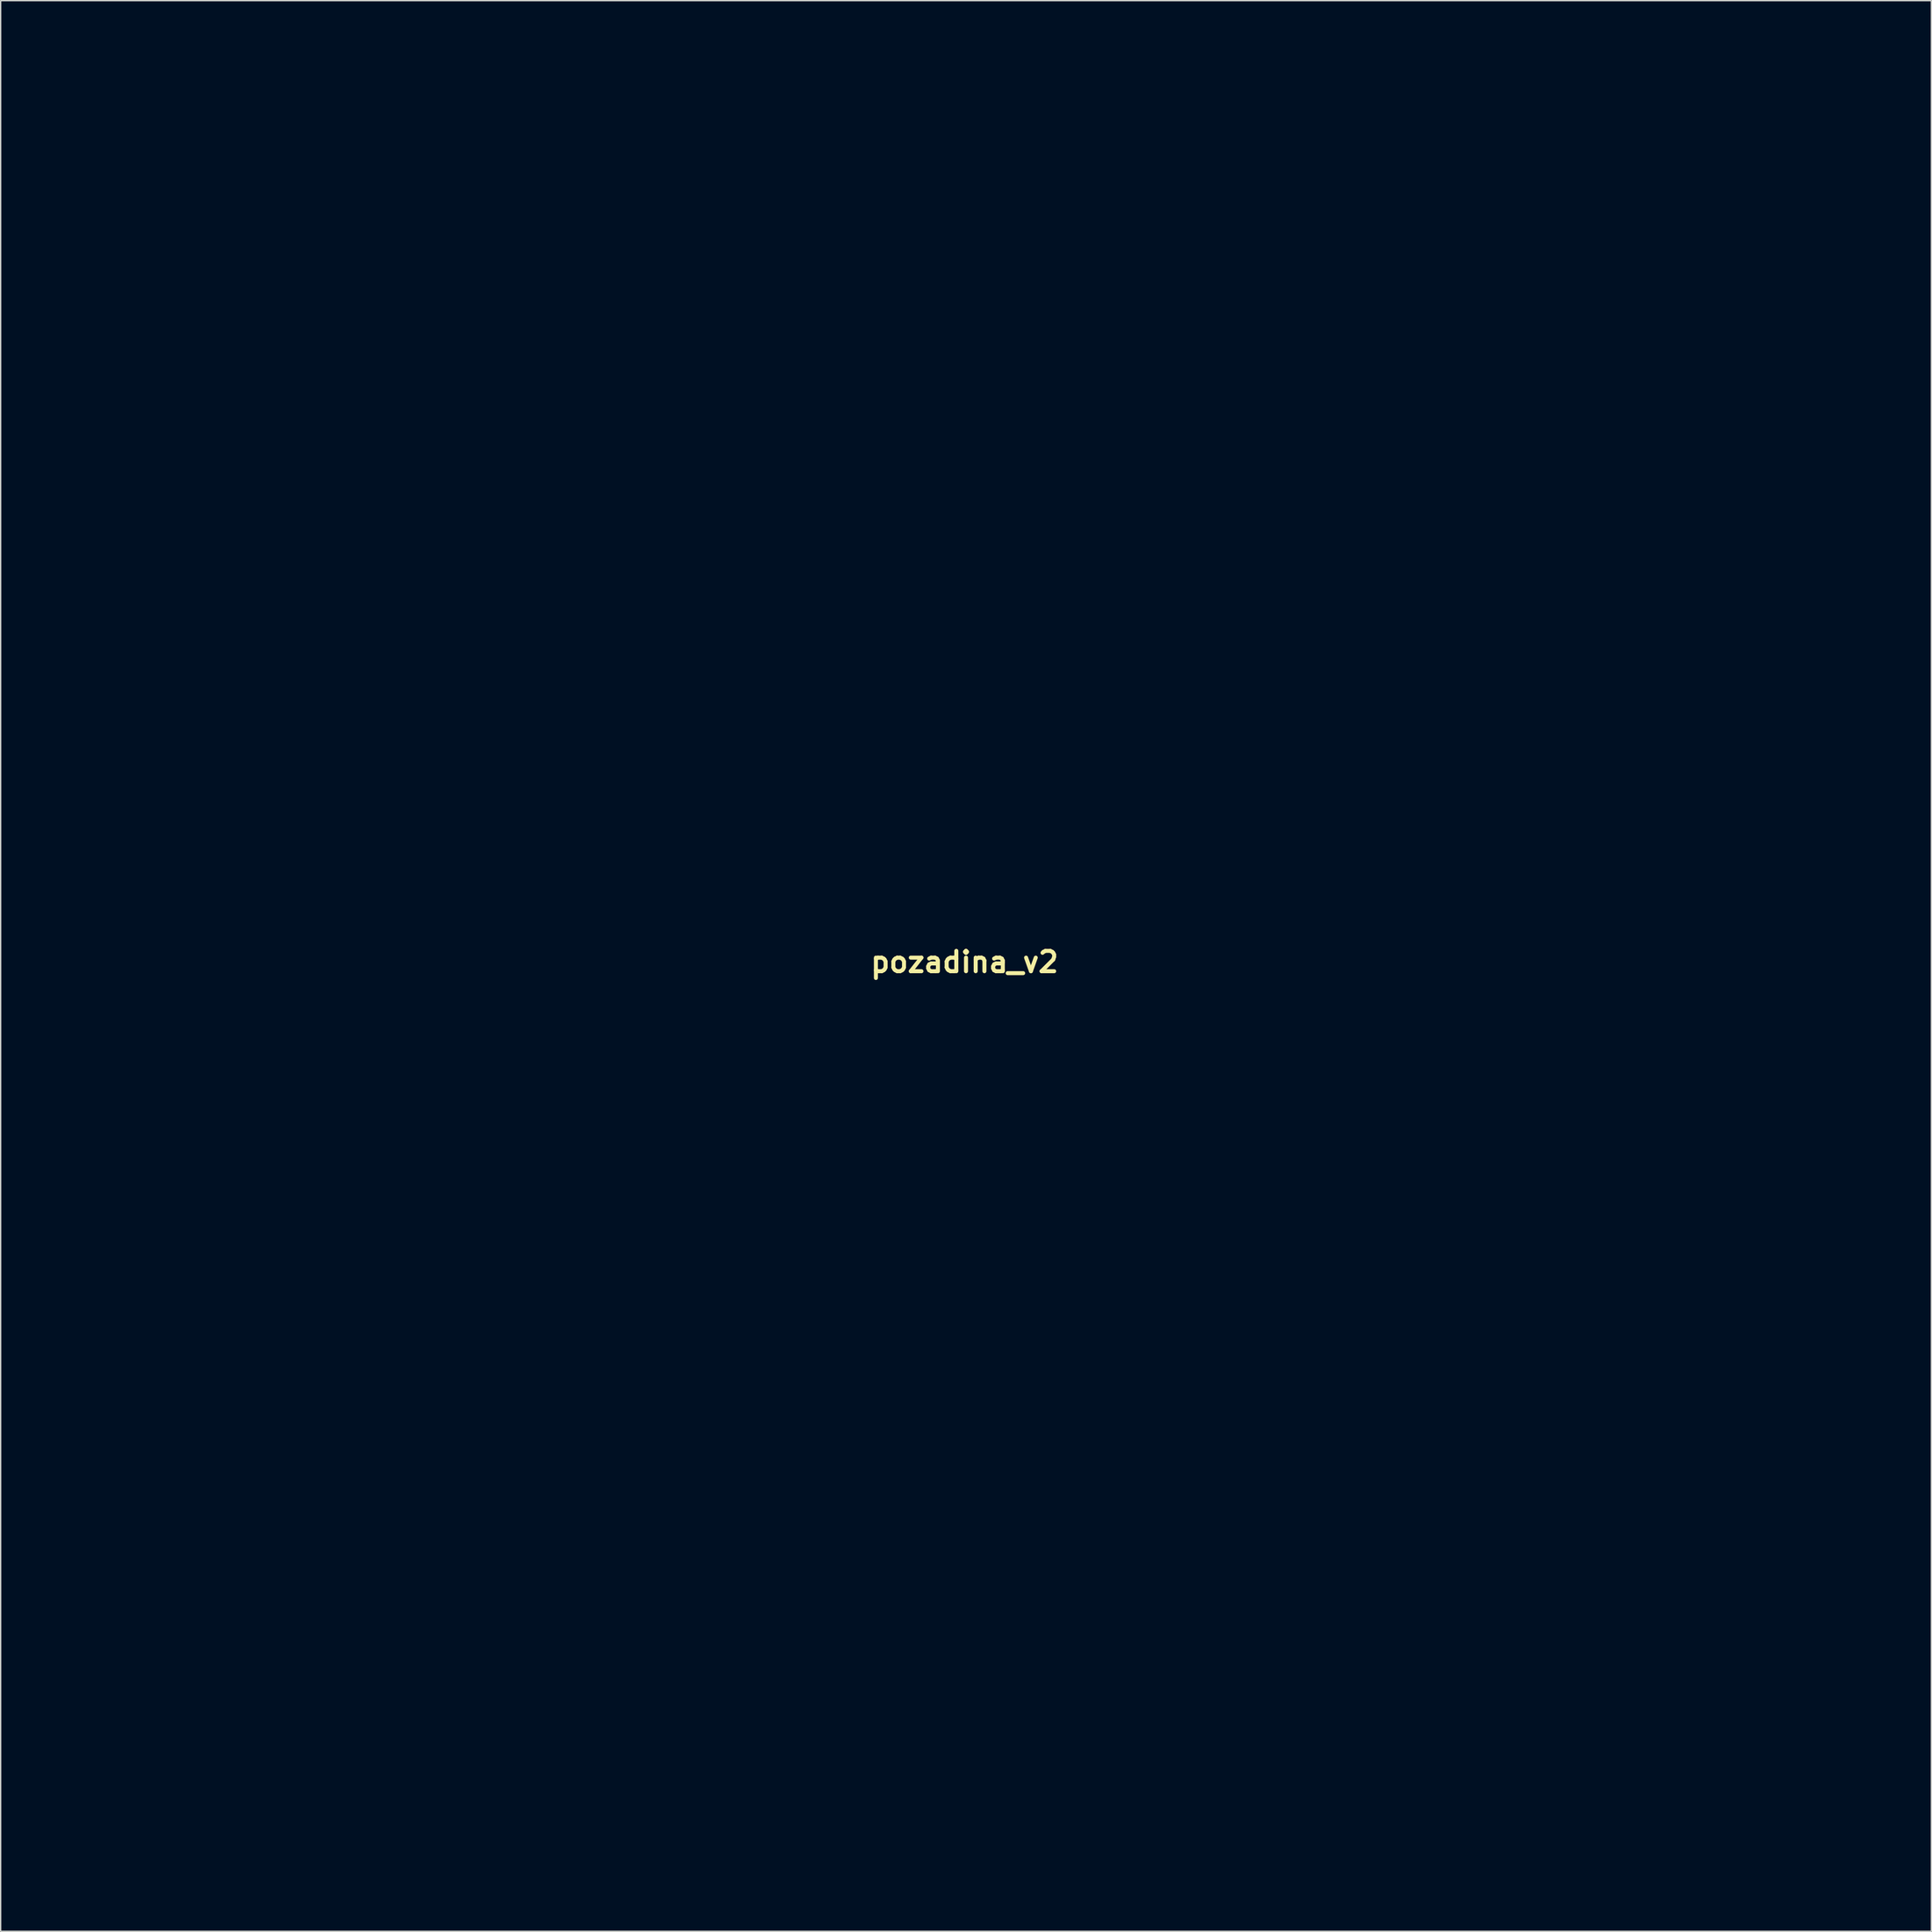
<source format=kicad_pcb>
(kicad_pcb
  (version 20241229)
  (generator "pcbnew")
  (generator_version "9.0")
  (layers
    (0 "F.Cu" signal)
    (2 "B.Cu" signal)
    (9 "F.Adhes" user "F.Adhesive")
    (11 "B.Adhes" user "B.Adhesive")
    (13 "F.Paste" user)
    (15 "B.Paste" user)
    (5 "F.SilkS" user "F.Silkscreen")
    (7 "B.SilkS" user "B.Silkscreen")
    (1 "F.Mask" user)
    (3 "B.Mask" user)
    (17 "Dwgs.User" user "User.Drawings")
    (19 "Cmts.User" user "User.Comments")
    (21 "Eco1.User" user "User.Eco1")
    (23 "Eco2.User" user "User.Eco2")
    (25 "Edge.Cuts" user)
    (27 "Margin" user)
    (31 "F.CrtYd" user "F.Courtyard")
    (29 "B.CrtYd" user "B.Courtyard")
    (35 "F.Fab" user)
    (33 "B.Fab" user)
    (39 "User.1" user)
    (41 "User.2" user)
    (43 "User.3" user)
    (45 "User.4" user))
  (footprint "pozadina_v2"
    (layer "F.Cu")
    (at 69.206 69.015)
    (property "Reference" "pozadina_v2" (at 0 0 0) (layer "F.SilkS") (effects (font (size 1.524 1.524) (thickness 0.3))))
    (attr board_only exclude_from_pos_files exclude_from_bom)
    (fp_poly (pts (xy -5.601 -8.327) (xy -4.876 -7.868) (xy -4.504 -7.534) (xy -3.992 -7.01) (xy -3.719 -6.6) (xy -3.613 -6.168) (xy -3.6 -5.811) (xy -3.647 -5.242) (xy -3.839 -4.793) (xy -4.255 -4.3) (xy -4.376 -4.176) (xy -4.9 -3.704) (xy -5.345 -3.472) (xy -5.875 -3.402) (xy -6.011 -3.4) (xy -6.531 -3.436) (xy -6.94 -3.593) (xy -7.374 -3.941) (xy -7.734 -4.304) (xy -8.362 -5.08) (xy -8.623 -5.764) (xy -8.518 -6.428) (xy -8.045 -7.141) (xy -7.705 -7.505) (xy -6.945 -8.147) (xy -6.267 -8.42)) (stroke (width 0.1) (type solid)) (fill no) (layer "Eco1.User"))
    (fp_poly (pts (xy -5.442 4.247) (xy -4.993 4.439) (xy -4.5 4.855) (xy -4.376 4.976) (xy -3.904 5.5) (xy -3.672 5.945) (xy -3.602 6.475) (xy -3.6 6.611) (xy -3.636 7.131) (xy -3.793 7.54) (xy -4.141 7.974) (xy -4.504 8.334) (xy -5.28 8.962) (xy -5.964 9.223) (xy -6.628 9.118) (xy -7.341 8.645) (xy -7.705 8.305) (xy -8.347 7.545) (xy -8.62 6.867) (xy -8.527 6.201) (xy -8.068 5.476) (xy -7.734 5.104) (xy -7.21 4.592) (xy -6.8 4.319) (xy -6.368 4.213) (xy -6.011 4.2)) (stroke (width 0.1) (type solid)) (fill no) (layer "Eco1.User"))
    (fp_poly (pts (xy 0.753 4.246) (xy 1.196 4.434) (xy 1.685 4.841) (xy 1.849 5.002) (xy 2.305 5.485) (xy 2.532 5.856) (xy 2.59 6.275) (xy 2.554 6.804) (xy 2.352 7.723) (xy 1.904 8.387) (xy 1.141 8.9) (xy 1.137 8.901) (xy 0.325 9.157) (xy -0.447 9.051) (xy -0.813 8.886) (xy -1.552 8.347) (xy -1.982 7.637) (xy -2.154 6.804) (xy -2.19 6.212) (xy -2.113 5.808) (xy -1.86 5.431) (xy -1.449 5.002) (xy -0.92 4.521) (xy -0.48 4.28) (xy 0.027 4.203) (xy 0.2 4.2)) (stroke (width 0.1) (type solid)) (fill no) (layer "Eco1.User"))
    (fp_poly (pts (xy 6.931 4.236) (xy 7.34 4.393) (xy 7.774 4.741) (xy 8.134 5.104) (xy 8.762 5.88) (xy 9.023 6.564) (xy 8.918 7.228) (xy 8.445 7.941) (xy 8.105 8.305) (xy 7.345 8.947) (xy 6.667 9.22) (xy 6.001 9.127) (xy 5.276 8.668) (xy 4.904 8.334) (xy 4.392 7.81) (xy 4.119 7.4) (xy 4.013 6.968) (xy 4 6.611) (xy 4.047 6.042) (xy 4.239 5.593) (xy 4.655 5.1) (xy 4.776 4.976) (xy 5.3 4.504) (xy 5.745 4.272) (xy 6.275 4.202) (xy 6.411 4.2)) (stroke (width 0.1) (type solid)) (fill no) (layer "Eco1.User"))
    (fp_poly (pts (xy 7.028 -8.318) (xy 7.741 -7.845) (xy 8.105 -7.505) (xy 8.747 -6.745) (xy 9.02 -6.067) (xy 8.927 -5.401) (xy 8.468 -4.676) (xy 8.134 -4.304) (xy 7.61 -3.792) (xy 7.2 -3.519) (xy 6.768 -3.413) (xy 6.411 -3.4) (xy 5.842 -3.447) (xy 5.393 -3.639) (xy 4.9 -4.055) (xy 4.776 -4.176) (xy 4.304 -4.7) (xy 4.072 -5.145) (xy 4.002 -5.675) (xy 4 -5.811) (xy 4.036 -6.331) (xy 4.193 -6.74) (xy 4.541 -7.174) (xy 4.904 -7.534) (xy 5.68 -8.162) (xy 6.364 -8.423)) (stroke (width 0.1) (type solid)) (fill no) (layer "Eco1.User"))
    (fp_poly (pts (xy -5.208 -1.913) (xy -4.831 -1.66) (xy -4.402 -1.249) (xy -3.921 -0.72) (xy -3.68 -0.28) (xy -3.603 0.227) (xy -3.6 0.4) (xy -3.648 0.964) (xy -3.845 1.414) (xy -4.267 1.913) (xy -4.376 2.024) (xy -4.906 2.499) (xy -5.351 2.727) (xy -5.863 2.785) (xy -5.926 2.784) (xy -6.511 2.746) (xy -6.952 2.673) (xy -7 2.658) (xy -7.582 2.278) (xy -8.113 1.66) (xy -8.486 0.952) (xy -8.6 0.4) (xy -8.474 -0.14) (xy -8.157 -0.785) (xy -7.742 -1.357) (xy -7.604 -1.497) (xy -7.149 -1.741) (xy -6.48 -1.917) (xy -6.204 -1.954) (xy -5.612 -1.99)) (stroke (width 0.1) (type solid)) (fill no) (layer "Eco1.User"))
    (fp_poly (pts (xy 0.74 -8.274) (xy 1.385 -7.957) (xy 1.957 -7.542) (xy 2.097 -7.404) (xy 2.341 -6.949) (xy 2.517 -6.28) (xy 2.554 -6.004) (xy 2.59 -5.412) (xy 2.513 -5.008) (xy 2.26 -4.631) (xy 1.849 -4.202) (xy 1.32 -3.721) (xy 0.88 -3.48) (xy 0.373 -3.403) (xy 0.2 -3.4) (xy -0.353 -3.446) (xy -0.796 -3.634) (xy -1.285 -4.041) (xy -1.449 -4.202) (xy -1.905 -4.685) (xy -2.132 -5.056) (xy -2.19 -5.475) (xy -2.154 -6.004) (xy -2.02 -6.707) (xy -1.795 -7.266) (xy -1.697 -7.404) (xy -1.185 -7.83) (xy -0.544 -8.188) (xy 0.049 -8.386) (xy 0.2 -8.4)) (stroke (width 0.1) (type solid)) (fill no) (layer "Eco1.User"))
    (fp_poly (pts (xy 6.604 -1.954) (xy 7.307 -1.82) (xy 7.866 -1.595) (xy 8.004 -1.497) (xy 8.43 -0.985) (xy 8.788 -0.344) (xy 8.986 0.249) (xy 9 0.4) (xy 8.874 0.94) (xy 8.557 1.585) (xy 8.142 2.157) (xy 8.004 2.297) (xy 7.549 2.541) (xy 6.88 2.717) (xy 6.604 2.754) (xy 6.012 2.79) (xy 5.608 2.713) (xy 5.231 2.46) (xy 4.802 2.049) (xy 4.321 1.52) (xy 4.08 1.08) (xy 4.003 0.573) (xy 4 0.4) (xy 4.046 -0.153) (xy 4.234 -0.596) (xy 4.641 -1.085) (xy 4.802 -1.249) (xy 5.285 -1.705) (xy 5.656 -1.932) (xy 6.075 -1.99)) (stroke (width 0.1) (type solid)) (fill no) (layer "Eco1.User"))
    (fp_poly (pts (xy 0.764 -1.952) (xy 1.214 -1.755) (xy 1.713 -1.333) (xy 1.824 -1.224) (xy 2.297 -0.698) (xy 2.529 -0.251) (xy 2.599 0.28) (xy 2.6 0.4) (xy 2.552 0.964) (xy 2.355 1.414) (xy 1.933 1.913) (xy 1.824 2.024) (xy 1.298 2.497) (xy 0.851 2.729) (xy 0.32 2.799) (xy 0.2 2.8) (xy -0.364 2.752) (xy -0.814 2.555) (xy -1.313 2.133) (xy -1.424 2.024) (xy -1.897 1.498) (xy -2.129 1.051) (xy -2.199 0.52) (xy -2.2 0.4) (xy -2.152 -0.164) (xy -1.955 -0.614) (xy -1.533 -1.113) (xy -1.424 -1.224) (xy -0.898 -1.697) (xy -0.451 -1.929) (xy 0.08 -1.999) (xy 0.2 -2)) (stroke (width 0.1) (type solid)) (fill no) (layer "Eco1.User"))
    (fp_poly (pts (xy -44.402 -68.716) (xy -43.49 -68.125) (xy -43.25 -67.901) (xy -42.791 -67.377) (xy -42.482 -66.898) (xy -42.4 -66.638) (xy -42.306 -66.239) (xy -42.184 -66.09) (xy -42.065 -65.823) (xy -42.024 -65.305) (xy -42.034 -65.053) (xy -42.1 -64.149) (xy -40.9 -63.778) (xy -40.2 -63.546) (xy -39.613 -63.322) (xy -39.326 -63.187) (xy -38.902 -62.992) (xy -38.296 -62.772) (xy -38.089 -62.707) (xy -37.227 -62.447) (xy -36.226 -63.412) (xy -35.219 -64.188) (xy -34.219 -64.564) (xy -33.222 -64.541) (xy -32.224 -64.118) (xy -31.628 -63.677) (xy -31.005 -63.025) (xy -30.497 -62.272) (xy -30.143 -61.506) (xy -29.977 -60.813) (xy -30.036 -60.283) (xy -30.143 -60.124) (xy -30.299 -59.848) (xy -30.482 -59.375) (xy -30.493 -59.34) (xy -30.596 -58.904) (xy -30.506 -58.59) (xy -30.166 -58.232) (xy -30.074 -58.15) (xy -29.655 -57.807) (xy -29.364 -57.615) (xy -29.317 -57.6) (xy -29.12 -57.48) (xy -28.683 -57.152) (xy -28.07 -56.668) (xy -27.364 -56.092) (xy -25.543 -54.584) (xy -25.121 -54.98) (xy -24.37 -55.445) (xy -23.408 -55.704) (xy -22.379 -55.726) (xy -21.85 -55.63) (xy -20.977 -55.263) (xy -20.218 -54.701) (xy -19.68 -54.036) (xy -19.494 -53.572) (xy -19.345 -53.123) (xy -19.185 -52.89) (xy -18.998 -52.551) (xy -19.031 -51.944) (xy -19.272 -51.125) (xy -19.708 -50.152) (xy -19.81 -49.958) (xy -19.903 -49.489) (xy -19.861 -49.258) (xy -19.677 -48.965) (xy -19.282 -48.461) (xy -18.732 -47.806) (xy -18.08 -47.059) (xy -17.382 -46.282) (xy -16.69 -45.533) (xy -16.06 -44.873) (xy -15.546 -44.361) (xy -15.202 -44.058) (xy -15.097 -44) (xy -14.753 -44.087) (xy -14.276 -44.297) (xy -14.273 -44.299) (xy -13.307 -44.594) (xy -12.312 -44.497) (xy -11.309 -44.013) (xy -10.584 -43.418) (xy -10.025 -42.828) (xy -9.702 -42.325) (xy -9.531 -41.762) (xy -9.492 -41.53) (xy -9.475 -40.384) (xy -9.742 -39.317) (xy -10.261 -38.452) (xy -10.318 -38.389) (xy -10.799 -37.879) (xy -9.9 -36.643) (xy -9.47 -36.037) (xy -9.152 -35.558) (xy -9.004 -35.296) (xy -9 -35.277) (xy -8.895 -35.06) (xy -8.619 -34.609) (xy -8.23 -34.02) (xy -8.2 -33.977) (xy -7.804 -33.371) (xy -7.518 -32.885) (xy -7.4 -32.62) (xy -7.4 -32.614) (xy -7.269 -32.353) (xy -6.853 -32.309) (xy -6.3 -32.426) (xy -5.17 -32.574) (xy -4.136 -32.353) (xy -3.153 -31.749) (xy -2.802 -31.435) (xy -2.233 -30.836) (xy -1.905 -30.329) (xy -1.733 -29.776) (xy -1.698 -29.568) (xy -1.646 -28.462) (xy -1.881 -27.546) (xy -2.435 -26.701) (xy -2.538 -26.584) (xy -3.235 -25.813) (xy -2.711 -24.756) (xy -2.318 -23.972) (xy -1.905 -23.16) (xy -1.719 -22.8) (xy -1.251 -21.9) (xy 0.297 -21.902) (xy 1.846 -21.904) (xy 2.822 -23.802) (xy 3.223 -24.597) (xy 3.545 -25.264) (xy 3.748 -25.721) (xy 3.8 -25.878) (xy 3.674 -26.11) (xy 3.348 -26.528) (xy 3.015 -26.906) (xy 2.328 -27.909) (xy 2.021 -28.977) (xy 2.095 -30.06) (xy 2.551 -31.106) (xy 2.971 -31.653) (xy 3.931 -32.471) (xy 4.983 -32.922) (xy 6.086 -32.993) (xy 6.937 -32.786) (xy 7.297 -32.685) (xy 7.58 -32.759) (xy 7.91 -33.065) (xy 8.144 -33.336) (xy 8.617 -33.957) (xy 9.035 -34.6) (xy 9.144 -34.797) (xy 9.446 -35.321) (xy 9.888 -36.012) (xy 10.35 -36.687) (xy 10.766 -37.3) (xy 11.069 -37.803) (xy 11.199 -38.095) (xy 11.2 -38.109) (xy 11.064 -38.4) (xy 10.778 -38.719) (xy 10.405 -39.163) (xy 10.056 -39.739) (xy 10.027 -39.8) (xy 9.697 -40.5) (xy 6.926 -40.556) (xy 5.723 -40.572) (xy 4.857 -40.553) (xy 4.268 -40.482) (xy 3.894 -40.342) (xy 3.673 -40.116) (xy 3.545 -39.787) (xy 3.504 -39.616) (xy 3.178 -38.943) (xy 2.562 -38.307) (xy 1.762 -37.799) (xy 1.15 -37.57) (xy 0.394 -37.425) (xy -0.28 -37.463) (xy -0.75 -37.57) (xy -1.623 -37.937) (xy -2.382 -38.499) (xy -2.92 -39.164) (xy -3.106 -39.628) (xy -3.255 -40.077) (xy -3.415 -40.31) (xy -3.595 -40.642) (xy -3.57 -41.233) (xy -3.356 -42.01) (xy -2.968 -42.898) (xy -2.806 -43.2) (xy -2.805 -43.459) (xy -3.05 -43.86) (xy -3.571 -44.452) (xy -3.738 -44.625) (xy -4.302 -45.191) (xy -4.711 -45.507) (xy -5.085 -45.59) (xy -5.543 -45.455) (xy -6.204 -45.118) (xy -6.447 -44.987) (xy -6.906 -44.845) (xy -7.45 -44.807) (xy -7.909 -44.871) (xy -8.09 -44.985) (xy -8.353 -45.158) (xy -8.772 -45.294) (xy -9.455 -45.623) (xy -9.966 -46.116) (xy -4.411 -46.116) (xy -3.348 -45.052) (xy -2.284 -43.989) (xy -1.648 -44.306) (xy -0.975 -44.569) (xy -0.307 -44.738) (xy 0.362 -44.752) (xy 1.127 -44.633) (xy 1.837 -44.42) (xy 2.343 -44.149) (xy 2.43 -44.064) (xy 2.592 -43.964) (xy 2.83 -44.041) (xy 3.207 -44.335) (xy 3.784 -44.885) (xy 3.829 -44.929) (xy 4.401 -45.512) (xy 4.718 -45.896) (xy 4.822 -46.151) (xy 4.756 -46.345) (xy 4.721 -46.389) (xy 4.279 -47.174) (xy 4.074 -48.164) (xy 4.114 -49.234) (xy 4.407 -50.262) (xy 4.485 -50.43) (xy 4.811 -51.084) (xy 3.748 -52.148) (xy 2.684 -53.211) (xy 1.992 -52.856) (xy 1.204 -52.603) (xy 0.247 -52.509) (xy -0.703 -52.576) (xy -1.472 -52.805) (xy -1.5 -52.82) (xy -2.1 -53.137) (xy -3.225 -52.049) (xy -4.35 -50.962) (xy -4.025 -50.331) (xy -3.781 -49.54) (xy -3.707 -48.567) (xy -3.803 -47.591) (xy -4.056 -46.808) (xy -4.411 -46.116) (xy -9.966 -46.116) (xy -10.097 -46.243) (xy -10.607 -47.049) (xy -10.83 -47.65) (xy -10.975 -48.406) (xy -10.937 -49.08) (xy -10.83 -49.55) (xy -10.463 -50.423) (xy -9.901 -51.182) (xy -9.236 -51.72) (xy -8.772 -51.906) (xy -8.323 -52.055) (xy -8.09 -52.215) (xy -7.752 -52.402) (xy -7.146 -52.369) (xy -6.331 -52.13) (xy -5.366 -51.698) (xy -5.122 -51.568) (xy -4.882 -51.503) (xy -4.6 -51.606) (xy -4.201 -51.923) (xy -3.666 -52.438) (xy -2.589 -53.516) (xy -2.907 -54.208) (xy -3.17 -54.763) (xy -3.392 -55.208) (xy -3.413 -55.247) (xy -3.555 -55.706) (xy -3.593 -56.25) (xy -3.529 -56.709) (xy -3.415 -56.89) (xy -3.242 -57.153) (xy -3.106 -57.572) (xy -2.777 -58.255) (xy -2.157 -58.897) (xy -1.351 -59.407) (xy -0.75 -59.63) (xy 0.006 -59.775) (xy 0.68 -59.737) (xy 1.15 -59.63) (xy 2.023 -59.263) (xy 2.782 -58.701) (xy 3.32 -58.036) (xy 3.506 -57.572) (xy 3.655 -57.123) (xy 3.815 -56.89) (xy 3.995 -56.558) (xy 3.97 -55.967) (xy 3.756 -55.19) (xy 3.368 -54.302) (xy 3.206 -54) (xy 3.205 -53.741) (xy 3.45 -53.34) (xy 3.971 -52.748) (xy 4.138 -52.575) (xy 4.702 -52.009) (xy 5.111 -51.693) (xy 5.485 -51.61) (xy 5.943 -51.745) (xy 6.604 -52.082) (xy 6.847 -52.213) (xy 7.306 -52.355) (xy 7.85 -52.393) (xy 8.309 -52.329) (xy 8.49 -52.215) (xy 8.753 -52.042) (xy 9.172 -51.906) (xy 9.855 -51.577) (xy 10.497 -50.957) (xy 11.007 -50.151) (xy 11.23 -49.55) (xy 11.375 -48.794) (xy 11.337 -48.12) (xy 11.23 -47.65) (xy 10.863 -46.777) (xy 10.301 -46.018) (xy 9.636 -45.48) (xy 9.172 -45.294) (xy 8.723 -45.145) (xy 8.49 -44.985) (xy 8.218 -44.853) (xy 7.739 -44.805) (xy 7.237 -44.843) (xy 6.896 -44.968) (xy 6.89 -44.973) (xy 6.583 -45.149) (xy 6.082 -45.351) (xy 6.01 -45.376) (xy 5.644 -45.481) (xy 5.358 -45.471) (xy 5.053 -45.3) (xy 4.627 -44.92) (xy 4.26 -44.561) (xy 3.697 -43.983) (xy 3.398 -43.553) (xy 3.337 -43.144) (xy 3.488 -42.629) (xy 3.745 -42.05) (xy 4.046 -41.4) (xy 6.907 -41.4) (xy 9.768 -41.4) (xy 9.906 -42.029) (xy 10.189 -42.664) (xy 10.714 -43.364) (xy 11.371 -44.011) (xy 12.046 -44.484) (xy 12.341 -44.614) (xy 13.138 -44.744) (xy 14.051 -44.703) (xy 14.893 -44.508) (xy 15.322 -44.304) (xy 15.496 -44.21) (xy 15.671 -44.197) (xy 15.894 -44.303) (xy 16.207 -44.565) (xy 16.656 -45.018) (xy 17.286 -45.7) (xy 18.057 -46.555) (xy 19.034 -47.661) (xy 19.749 -48.516) (xy 20.223 -49.155) (xy 20.478 -49.608) (xy 20.535 -49.909) (xy 20.415 -50.09) (xy 20.407 -50.096) (xy 20.08 -50.45) (xy 19.79 -51.019) (xy 19.57 -51.687) (xy 19.449 -52.337) (xy 19.46 -52.852) (xy 19.6 -53.1) (xy 19.764 -53.38) (xy 19.8 -53.638) (xy 19.967 -54.118) (xy 20.4 -54.67) (xy 21.001 -55.207) (xy 21.669 -55.641) (xy 22.306 -55.884) (xy 22.35 -55.892) (xy 23.506 -55.949) (xy 24.553 -55.739) (xy 25.38 -55.286) (xy 25.386 -55.281) (xy 25.794 -54.967) (xy 26.072 -54.806) (xy 26.101 -54.8) (xy 26.305 -54.92) (xy 26.744 -55.244) (xy 27.345 -55.716) (xy 27.815 -56.1) (xy 28.484 -56.644) (xy 29.038 -57.076) (xy 29.406 -57.342) (xy 29.514 -57.4) (xy 29.733 -57.514) (xy 30.145 -57.804) (xy 30.398 -57.999) (xy 30.847 -58.375) (xy 31.034 -58.653) (xy 31.016 -58.975) (xy 30.914 -59.295) (xy 30.721 -59.791) (xy 30.557 -60.106) (xy 30.537 -60.13) (xy 30.37 -60.558) (xy 30.444 -61.188) (xy 30.721 -61.93) (xy 31.164 -62.698) (xy 31.737 -63.403) (xy 32.028 -63.677) (xy 33.025 -64.337) (xy 34.016 -64.599) (xy 35.009 -64.463) (xy 36.012 -63.929) (xy 36.653 -63.386) (xy 37.178 -62.9) (xy 37.595 -62.619) (xy 38.009 -62.534) (xy 38.526 -62.636) (xy 39.253 -62.915) (xy 39.7 -63.105) (xy 40.257 -63.325) (xy 41.025 -63.605) (xy 41.833 -63.886) (xy 42.511 -64.107) (xy 42.583 -64.129) (xy 42.757 -64.262) (xy 42.633 -64.447) (xy 42.469 -64.801) (xy 42.406 -65.315) (xy 42.448 -65.808) (xy 42.599 -66.099) (xy 42.6 -66.1) (xy 42.764 -66.38) (xy 42.8 -66.638) (xy 42.935 -66.997) (xy 43.286 -67.497) (xy 43.65 -67.901) (xy 44.544 -68.589) (xy 45.533 -68.929) (xy 46.693 -68.943) (xy 47.05 -68.892) (xy 47.681 -68.667) (xy 48.35 -68.244) (xy 48.96 -67.712) (xy 49.409 -67.158) (xy 49.599 -66.67) (xy 49.6 -66.638) (xy 49.686 -66.244) (xy 49.8 -66.1) (xy 49.955 -65.824) (xy 50 -65.488) (xy 50.09 -65.111) (xy 50.427 -65.001) (xy 50.471 -65) (xy 50.922 -64.979) (xy 51.602 -64.926) (xy 52.171 -64.872) (xy 52.844 -64.811) (xy 53.213 -64.822) (xy 53.367 -64.928) (xy 53.4 -65.15) (xy 53.4 -65.172) (xy 53.536 -65.537) (xy 53.895 -66.062) (xy 54.35 -66.583) (xy 54.951 -67.155) (xy 55.453 -67.487) (xy 55.995 -67.661) (xy 56.232 -67.702) (xy 57.329 -67.755) (xy 58.24 -67.523) (xy 59.091 -66.97) (xy 59.253 -66.829) (xy 60.075 -65.866) (xy 60.52 -64.819) (xy 60.581 -63.72) (xy 60.252 -62.605) (xy 60.199 -62.499) (xy 59.799 -61.713) (xy 60.921 -60.578) (xy 62.044 -59.444) (xy 62.672 -59.756) (xy 63.357 -60.091) (xy 63.795 -60.284) (xy 64.094 -60.374) (xy 64.362 -60.399) (xy 64.46 -60.4) (xy 65.246 -60.231) (xy 66.094 -59.781) (xy 66.907 -59.135) (xy 67.583 -58.378) (xy 68.026 -57.594) (xy 68.119 -57.267) (xy 68.174 -56.271) (xy 67.912 -55.382) (xy 67.301 -54.514) (xy 67.039 -54.238) (xy 66.495 -53.719) (xy 66.013 -53.302) (xy 65.728 -53.096) (xy 65.551 -52.961) (xy 65.454 -52.74) (xy 65.427 -52.346) (xy 65.459 -51.692) (xy 65.502 -51.146) (xy 65.583 -50.297) (xy 65.669 -49.773) (xy 65.781 -49.501) (xy 65.941 -49.405) (xy 66.012 -49.4) (xy 66.379 -49.31) (xy 66.49 -49.215) (xy 66.753 -49.042) (xy 67.172 -48.906) (xy 67.855 -48.577) (xy 68.497 -47.957) (xy 69.007 -47.151) (xy 69.23 -46.55) (xy 69.375 -45.794) (xy 69.337 -45.12) (xy 69.23 -44.65) (xy 68.863 -43.777) (xy 68.301 -43.018) (xy 67.636 -42.48) (xy 67.172 -42.294) (xy 66.723 -42.145) (xy 66.49 -41.985) (xy 66.236 -41.87) (xy 65.738 -41.805) (xy 65.533 -41.8) (xy 64.689 -41.8) (xy 64.321 -40.55) (xy 64.105 -39.869) (xy 63.904 -39.332) (xy 63.776 -39.078) (xy 63.617 -38.766) (xy 63.413 -38.222) (xy 63.307 -37.891) (xy 63.017 -36.926) (xy 63.808 -36.068) (xy 64.241 -35.534) (xy 64.529 -35.056) (xy 64.6 -34.816) (xy 64.691 -34.432) (xy 64.8 -34.3) (xy 64.951 -34.014) (xy 64.994 -33.547) (xy 64.928 -33.102) (xy 64.8 -32.9) (xy 64.636 -32.62) (xy 64.6 -32.362) (xy 64.451 -31.97) (xy 64.072 -31.458) (xy 63.565 -30.928) (xy 63.033 -30.484) (xy 62.579 -30.227) (xy 62.438 -30.2) (xy 62.044 -30.114) (xy 61.9 -30) (xy 61.622 -29.854) (xy 61.161 -29.805) (xy 60.72 -29.857) (xy 60.515 -29.976) (xy 60.256 -30.141) (xy 59.853 -30.261) (xy 59.348 -30.248) (xy 58.86 -29.948) (xy 58.75 -29.847) (xy 58.393 -29.467) (xy 58.207 -29.19) (xy 58.2 -29.156) (xy 58.079 -28.944) (xy 57.751 -28.493) (xy 57.266 -27.871) (xy 56.7 -27.174) (xy 56.112 -26.447) (xy 55.632 -25.823) (xy 55.311 -25.371) (xy 55.2 -25.162) (xy 55.307 -24.875) (xy 55.569 -24.445) (xy 55.602 -24.398) (xy 56.081 -23.414) (xy 56.174 -22.384) (xy 55.883 -21.35) (xy 55.277 -20.428) (xy 54.465 -19.657) (xy 53.581 -19.119) (xy 52.708 -18.847) (xy 51.925 -18.873) (xy 51.647 -18.978) (xy 50.811 -19.366) (xy 50.157 -19.584) (xy 49.807 -19.616) (xy 49.556 -19.467) (xy 49.082 -19.1) (xy 48.446 -18.569) (xy 47.707 -17.926) (xy 46.923 -17.225) (xy 46.153 -16.52) (xy 45.457 -15.864) (xy 44.894 -15.311) (xy 44.523 -14.913) (xy 44.401 -14.73) (xy 44.489 -14.402) (xy 44.698 -13.934) (xy 44.701 -13.927) (xy 44.916 -13.334) (xy 44.993 -12.732) (xy 44.923 -12.263) (xy 44.8 -12.1) (xy 44.636 -11.82) (xy 44.6 -11.562) (xy 44.433 -11.082) (xy 44 -10.53) (xy 43.399 -9.993) (xy 42.731 -9.559) (xy 42.094 -9.316) (xy 42.05 -9.308) (xy 40.894 -9.251) (xy 39.847 -9.461) (xy 39.02 -9.914) (xy 39.014 -9.919) (xy 38.61 -10.233) (xy 38.34 -10.394) (xy 38.313 -10.4) (xy 38.098 -10.29) (xy 37.659 -10) (xy 37.1 -9.6) (xy 36.534 -9.196) (xy 36.096 -8.908) (xy 35.883 -8.8) (xy 35.661 -8.696) (xy 35.209 -8.422) (xy 34.625 -8.037) (xy 34.624 -8.037) (xy 33.997 -7.627) (xy 33.459 -7.302) (xy 33.145 -7.142) (xy 32.739 -6.811) (xy 32.642 -6.319) (xy 32.768 -5.976) (xy 32.936 -5.521) (xy 32.994 -4.975) (xy 32.939 -4.508) (xy 32.815 -4.31) (xy 32.642 -4.047) (xy 32.506 -3.628) (xy 32.177 -2.945) (xy 31.557 -2.303) (xy 30.751 -1.793) (xy 30.15 -1.57) (xy 29.051 -1.451) (xy 27.968 -1.642) (xy 27.03 -2.114) (xy 26.762 -2.338) (xy 26.224 -2.852) (xy 24.361 -1.945) (xy 22.498 -1.039) (xy 22.505 0.431) (xy 22.513 1.9) (xy 26.5 3.941) (xy 27.329 3.186) (xy 28.272 2.556) (xy 29.274 2.274) (xy 30.279 2.303) (xy 31.23 2.607) (xy 32.07 3.15) (xy 32.743 3.898) (xy 33.193 4.813) (xy 33.362 5.861) (xy 33.219 6.919) (xy 33.059 7.535) (xy 33.017 7.859) (xy 33.093 7.984) (xy 33.215 8) (xy 33.477 8.109) (xy 33.955 8.396) (xy 34.546 8.799) (xy 34.548 8.8) (xy 35.132 9.202) (xy 35.594 9.489) (xy 35.835 9.6) (xy 35.836 9.6) (xy 36.069 9.71) (xy 36.53 10.002) (xy 37.127 10.416) (xy 37.242 10.499) (xy 38.477 11.398) (xy 38.95 10.953) (xy 39.448 10.597) (xy 40.094 10.266) (xy 40.262 10.199) (xy 41.1 9.891) (xy 41.279 7.139) (xy 41.347 6.036) (xy 41.381 5.264) (xy 41.376 4.753) (xy 41.327 4.435) (xy 41.23 4.242) (xy 41.08 4.104) (xy 41.079 4.103) (xy 40.579 3.833) (xy 40.18 3.7) (xy 39.533 3.377) (xy 39.03 2.884) (xy 44.589 2.884) (xy 45.652 3.948) (xy 46.716 5.011) (xy 47.352 4.694) (xy 48.025 4.431) (xy 48.693 4.262) (xy 49.362 4.248) (xy 50.127 4.367) (xy 50.837 4.58) (xy 51.343 4.851) (xy 51.43 4.936) (xy 51.592 5.036) (xy 51.83 4.959) (xy 52.207 4.665) (xy 52.784 4.115) (xy 52.829 4.071) (xy 53.401 3.488) (xy 53.718 3.104) (xy 53.822 2.849) (xy 53.756 2.655) (xy 53.721 2.611) (xy 53.279 1.826) (xy 53.074 0.836) (xy 53.114 -0.234) (xy 53.407 -1.262) (xy 53.485 -1.43) (xy 53.811 -2.084) (xy 52.748 -3.148) (xy 51.684 -4.211) (xy 50.992 -3.856) (xy 50.204 -3.603) (xy 49.247 -3.509) (xy 48.297 -3.576) (xy 47.528 -3.805) (xy 47.5 -3.82) (xy 46.9 -4.137) (xy 45.775 -3.049) (xy 44.65 -1.962) (xy 44.975 -1.331) (xy 45.219 -0.54) (xy 45.293 0.433) (xy 45.197 1.409) (xy 44.944 2.192) (xy 44.589 2.884) (xy 39.03 2.884) (xy 38.912 2.769) (xy 38.41 1.983) (xy 38.17 1.35) (xy 38.025 0.594) (xy 38.063 -0.08) (xy 38.17 -0.55) (xy 38.537 -1.423) (xy 39.099 -2.182) (xy 39.764 -2.72) (xy 40.228 -2.906) (xy 40.677 -3.055) (xy 40.91 -3.215) (xy 41.248 -3.402) (xy 41.854 -3.369) (xy 42.669 -3.13) (xy 43.634 -2.698) (xy 43.878 -2.568) (xy 44.118 -2.503) (xy 44.4 -2.606) (xy 44.799 -2.923) (xy 45.334 -3.438) (xy 46.411 -4.516) (xy 46.093 -5.208) (xy 45.83 -5.763) (xy 45.608 -6.208) (xy 45.587 -6.247) (xy 45.445 -6.706) (xy 45.407 -7.25) (xy 45.471 -7.709) (xy 45.585 -7.89) (xy 45.758 -8.153) (xy 45.894 -8.572) (xy 46.223 -9.255) (xy 46.843 -9.897) (xy 47.649 -10.407) (xy 48.25 -10.63) (xy 49.006 -10.775) (xy 49.68 -10.737) (xy 50.15 -10.63) (xy 51.023 -10.263) (xy 51.782 -9.701) (xy 52.32 -9.036) (xy 52.506 -8.572) (xy 52.655 -8.123) (xy 52.815 -7.89) (xy 52.995 -7.558) (xy 52.97 -6.967) (xy 52.756 -6.19) (xy 52.368 -5.302) (xy 52.206 -5) (xy 52.243 -4.698) (xy 52.521 -4.246) (xy 52.958 -3.727) (xy 53.469 -3.224) (xy 53.974 -2.821) (xy 54.388 -2.602) (xy 54.578 -2.603) (xy 55.578 -3.071) (xy 56.429 -3.345) (xy 57.074 -3.411) (xy 57.458 -3.258) (xy 57.49 -3.215) (xy 57.753 -3.042) (xy 58.172 -2.906) (xy 58.855 -2.577) (xy 59.497 -1.957) (xy 60.007 -1.151) (xy 60.23 -0.55) (xy 60.375 0.206) (xy 60.337 0.88) (xy 60.23 1.35) (xy 59.863 2.223) (xy 59.301 2.982) (xy 58.636 3.52) (xy 58.172 3.706) (xy 57.723 3.855) (xy 57.49 4.015) (xy 57.218 4.147) (xy 56.739 4.195) (xy 56.237 4.157) (xy 55.896 4.032) (xy 55.89 4.027) (xy 55.583 3.851) (xy 55.082 3.649) (xy 55.01 3.624) (xy 54.644 3.519) (xy 54.358 3.529) (xy 54.053 3.7) (xy 53.627 4.08) (xy 53.26 4.439) (xy 52.694 5.024) (xy 52.394 5.46) (xy 52.334 5.87) (xy 52.487 6.375) (xy 52.72 6.881) (xy 52.922 7.478) (xy 52.994 8.078) (xy 52.928 8.538) (xy 52.815 8.69) (xy 52.642 8.953) (xy 52.506 9.372) (xy 52.177 10.055) (xy 51.557 10.697) (xy 50.751 11.207) (xy 50.15 11.43) (xy 49.394 11.575) (xy 48.72 11.537) (xy 48.25 11.43) (xy 47.377 11.063) (xy 46.618 10.501) (xy 46.08 9.836) (xy 45.894 9.372) (xy 45.745 8.923) (xy 45.585 8.69) (xy 45.405 8.358) (xy 45.43 7.767) (xy 45.644 6.99) (xy 46.032 6.102) (xy 46.194 5.8) (xy 46.195 5.541) (xy 45.95 5.14) (xy 45.429 4.548) (xy 45.262 4.375) (xy 44.696 3.806) (xy 44.29 3.49) (xy 43.92 3.408) (xy 43.464 3.544) (xy 42.8 3.878) (xy 42.6 3.984) (xy 42.448 4.179) (xy 42.327 4.618) (xy 42.228 5.356) (xy 42.147 6.321) (xy 42.088 7.307) (xy 42.05 8.228) (xy 42.038 8.96) (xy 42.047 9.288) (xy 42.121 9.816) (xy 42.318 10.086) (xy 42.734 10.24) (xy 43.262 10.504) (xy 43.869 10.998) (xy 44.159 11.301) (xy 44.858 12.317) (xy 45.178 13.334) (xy 45.114 14.324) (xy 44.899 14.873) (xy 44.688 15.352) (xy 44.6 15.702) (xy 44.6 15.703) (xy 44.742 15.909) (xy 45.128 16.322) (xy 45.7 16.888) (xy 46.398 17.553) (xy 47.164 18.263) (xy 47.939 18.964) (xy 48.664 19.602) (xy 49.28 20.124) (xy 49.728 20.474) (xy 49.947 20.6) (xy 50.252 20.516) (xy 50.782 20.302) (xy 51.409 20.012) (xy 51.847 19.787) (xy 52.306 19.645) (xy 52.85 19.607) (xy 53.309 19.671) (xy 53.49 19.785) (xy 53.753 19.958) (xy 54.172 20.094) (xy 54.855 20.423) (xy 55.497 21.043) (xy 56.007 21.849) (xy 56.23 22.45) (xy 56.347 23.456) (xy 56.211 24.474) (xy 55.85 25.358) (xy 55.577 25.724) (xy 55.179 26.148) (xy 56.59 27.873) (xy 57.155 28.575) (xy 57.613 29.161) (xy 57.911 29.564) (xy 58 29.713) (xy 58.111 29.927) (xy 58.389 30.333) (xy 58.531 30.522) (xy 58.907 30.959) (xy 59.229 31.125) (xy 59.645 31.096) (xy 59.681 31.088) (xy 60.177 30.942) (xy 60.49 30.779) (xy 60.839 30.637) (xy 61.326 30.609) (xy 61.753 30.692) (xy 61.9 30.8) (xy 62.18 30.964) (xy 62.438 31) (xy 62.83 31.149) (xy 63.342 31.528) (xy 63.872 32.035) (xy 64.316 32.567) (xy 64.573 33.021) (xy 64.6 33.162) (xy 64.686 33.556) (xy 64.8 33.7) (xy 64.945 33.971) (xy 65 34.4) (xy 64.937 34.857) (xy 64.8 35.1) (xy 64.633 35.382) (xy 64.6 35.616) (xy 64.47 35.968) (xy 64.135 36.475) (xy 63.781 36.897) (xy 62.963 37.785) (xy 63.308 38.843) (xy 63.524 39.465) (xy 63.712 39.937) (xy 63.796 40.1) (xy 63.926 40.385) (xy 64.124 40.93) (xy 64.319 41.529) (xy 64.533 42.191) (xy 64.704 42.55) (xy 64.903 42.685) (xy 65.205 42.676) (xy 65.345 42.654) (xy 66.086 42.684) (xy 66.675 42.875) (xy 67.167 43.087) (xy 67.505 43.196) (xy 67.541 43.2) (xy 67.879 43.366) (xy 68.299 43.793) (xy 68.722 44.376) (xy 69.069 45.012) (xy 69.23 45.45) (xy 69.375 46.206) (xy 69.337 46.88) (xy 69.23 47.35) (xy 68.863 48.223) (xy 68.301 48.982) (xy 67.636 49.52) (xy 67.172 49.706) (xy 66.723 49.855) (xy 66.49 50.015) (xy 66.217 50.17) (xy 65.988 50.2) (xy 65.675 50.332) (xy 65.6 50.671) (xy 65.579 51.127) (xy 65.526 51.806) (xy 65.476 52.324) (xy 65.418 52.988) (xy 65.442 53.372) (xy 65.586 53.594) (xy 65.884 53.773) (xy 65.926 53.794) (xy 66.92 54.481) (xy 67.648 55.375) (xy 68.067 56.403) (xy 68.132 57.49) (xy 68.124 57.554) (xy 67.786 58.686) (xy 67.151 59.605) (xy 66.277 60.274) (xy 65.227 60.659) (xy 64.059 60.722) (xy 63.117 60.53) (xy 62.1 60.205) (xy 60.005 62.3) (xy 60.33 63.317) (xy 60.561 64.585) (xy 60.408 65.739) (xy 59.875 66.773) (xy 58.963 67.68) (xy 58.801 67.799) (xy 57.856 68.246) (xy 56.831 68.348) (xy 55.802 68.129) (xy 54.845 67.613) (xy 54.034 66.825) (xy 53.599 66.136) (xy 53.317 65.571) (xy 51.608 65.71) (xy 50.819 65.781) (xy 50.19 65.85) (xy 49.823 65.907) (xy 49.773 65.922) (xy 49.656 66.149) (xy 49.531 66.613) (xy 49.51 66.716) (xy 49.221 67.431) (xy 48.675 68.184) (xy 47.983 68.855) (xy 47.254 69.325) (xy 46.995 69.425) (xy 46.174 69.55) (xy 45.27 69.508) (xy 44.66 69.371) (xy 44.16 69.116) (xy 43.623 68.658) (xy 43.365 68.398) (xy 42.788 67.738) (xy 42.459 67.168) (xy 42.297 66.547) (xy 42.295 66.536) (xy 42.238 65.9) (xy 42.256 65.38) (xy 42.281 65.26) (xy 42.294 65.041) (xy 42.12 64.866) (xy 41.689 64.687) (xy 41.091 64.505) (xy 40.418 64.295) (xy 39.914 64.106) (xy 39.687 63.978) (xy 39.687 63.978) (xy 39.457 63.844) (xy 38.962 63.655) (xy 38.48 63.503) (xy 37.367 63.179) (xy 36.488 63.99) (xy 35.95 64.428) (xy 35.468 64.722) (xy 35.216 64.8) (xy 34.832 64.891) (xy 34.7 65) (xy 34.358 65.206) (xy 33.796 65.188) (xy 33.101 64.979) (xy 32.359 64.611) (xy 31.659 64.117) (xy 31.215 63.687) (xy 30.519 62.69) (xy 30.212 61.711) (xy 30.288 60.716) (xy 30.527 60.072) (xy 30.724 59.604) (xy 30.718 59.307) (xy 30.487 58.994) (xy 30.392 58.891) (xy 30.029 58.556) (xy 29.767 58.401) (xy 29.753 58.4) (xy 29.535 58.28) (xy 29.082 57.955) (xy 28.468 57.479) (xy 27.938 57.049) (xy 27.223 56.461) (xy 26.595 55.947) (xy 26.136 55.573) (xy 25.959 55.432) (xy 25.694 55.297) (xy 25.397 55.37) (xy 24.941 55.682) (xy 23.956 56.195) (xy 22.873 56.344) (xy 21.778 56.119) (xy 21.587 56.039) (xy 20.588 55.402) (xy 19.847 54.561) (xy 19.39 53.589) (xy 19.239 52.556) (xy 19.419 51.535) (xy 19.813 50.782) (xy 20.075 50.318) (xy 20.169 49.951) (xy 20.164 49.918) (xy 20.015 49.684) (xy 19.639 49.21) (xy 19.084 48.549) (xy 18.393 47.755) (xy 17.756 47.041) (xy 15.412 44.443) (xy 14.71 44.684) (xy 14.212 44.878) (xy 13.895 45.042) (xy 13.87 45.063) (xy 13.553 45.179) (xy 13.079 45.19) (xy 12.655 45.106) (xy 12.5 45) (xy 12.22 44.836) (xy 11.962 44.8) (xy 11.57 44.651) (xy 11.058 44.272) (xy 10.528 43.765) (xy 10.084 43.233) (xy 9.827 42.779) (xy 9.8 42.638) (xy 9.714 42.244) (xy 9.6 42.1) (xy 9.455 41.829) (xy 9.4 41.4) (xy 9.463 40.943) (xy 9.6 40.7) (xy 9.769 40.417) (xy 9.8 40.195) (xy 9.926 39.82) (xy 10.244 39.323) (xy 10.413 39.116) (xy 11.026 38.418) (xy 10.213 37.317) (xy 9.805 36.747) (xy 9.513 36.304) (xy 9.4 36.084) (xy 9.4 36.083) (xy 9.295 35.863) (xy 9.019 35.41) (xy 8.629 34.819) (xy 8.6 34.777) (xy 8.204 34.174) (xy 7.918 33.695) (xy 7.8 33.439) (xy 7.8 33.433) (xy 7.667 33.18) (xy 7.442 32.938) (xy 7.145 32.733) (xy 6.838 32.758) (xy 6.519 32.907) (xy 5.929 33.119) (xy 5.329 33.193) (xy 4.861 33.122) (xy 4.7 33) (xy 4.42 32.836) (xy 4.162 32.8) (xy 3.682 32.633) (xy 3.13 32.2) (xy 2.593 31.599) (xy 2.159 30.931) (xy 1.916 30.294) (xy 1.908 30.25) (xy 1.851 28.977) (xy 2.146 27.876) (xy 2.76 26.96) (xy 3.477 26.166) (xy 2.588 24.434) (xy 1.7 22.701) (xy 0.383 22.719) (xy -0.327 22.747) (xy -0.884 22.804) (xy -1.153 22.871) (xy -1.336 23.103) (xy -1.633 23.604) (xy -1.993 24.282) (xy -2.127 24.553) (xy -2.508 25.305) (xy -2.856 25.947) (xy -3.113 26.371) (xy -3.165 26.441) (xy -3.298 26.675) (xy -3.25 26.932) (xy -2.983 27.317) (xy -2.737 27.611) (xy -2.088 28.633) (xy -1.83 29.702) (xy -1.961 30.783) (xy -2.482 31.842) (xy -2.835 32.292) (xy -3.77 33.076) (xy -4.851 33.504) (xy -6.015 33.562) (xy -7.05 33.298) (xy -7.345 33.276) (xy -7.4 33.394) (xy -7.51 33.667) (xy -7.797 34.153) (xy -8.2 34.748) (xy -8.602 35.332) (xy -8.889 35.794) (xy -9 36.035) (xy -9 36.036) (xy -9.11 36.269) (xy -9.402 36.73) (xy -9.816 37.328) (xy -9.9 37.443) (xy -10.332 38.065) (xy -10.65 38.577) (xy -10.797 38.884) (xy -10.8 38.909) (xy -10.664 39.203) (xy -10.398 39.502) (xy -10.071 39.939) (xy -9.799 40.529) (xy -9.774 40.607) (xy -9.552 41.349) (xy -6.661 41.492) (xy -5.448 41.546) (xy -4.573 41.556) (xy -3.972 41.502) (xy -3.584 41.366) (xy -3.347 41.127) (xy -3.197 40.767) (xy -3.1 40.38) (xy -2.777 39.733) (xy -2.169 39.112) (xy -1.383 38.61) (xy -0.75 38.37) (xy 0.006 38.225) (xy 0.68 38.263) (xy 1.15 38.37) (xy 2.023 38.737) (xy 2.782 39.299) (xy 3.32 39.964) (xy 3.506 40.428) (xy 3.655 40.877) (xy 3.815 41.11) (xy 3.956 41.393) (xy 3.993 41.89) (xy 3.928 42.429) (xy 3.813 42.753) (xy 3.421 43.494) (xy 3.227 43.998) (xy 3.246 44.384) (xy 3.494 44.771) (xy 3.986 45.278) (xy 4.175 45.462) (xy 4.818 46.053) (xy 5.261 46.36) (xy 5.549 46.415) (xy 5.6 46.394) (xy 6.508 45.953) (xy 7.329 45.68) (xy 7.99 45.591) (xy 8.415 45.702) (xy 8.49 45.785) (xy 8.753 45.958) (xy 9.172 46.094) (xy 9.855 46.423) (xy 10.497 47.043) (xy 11.007 47.849) (xy 11.23 48.45) (xy 11.375 49.206) (xy 11.337 49.88) (xy 11.23 50.35) (xy 10.863 51.223) (xy 10.301 51.982) (xy 9.636 52.52) (xy 9.172 52.706) (xy 8.723 52.855) (xy 8.49 53.015) (xy 8.188 53.17) (xy 7.657 53.182) (xy 7.041 53.06) (xy 6.681 52.92) (xy 6.026 52.628) (xy 5.558 52.528) (xy 5.153 52.649) (xy 4.69 53.016) (xy 4.239 53.46) (xy 3.708 54.01) (xy 3.413 54.378) (xy 3.308 54.664) (xy 3.348 54.969) (xy 3.424 55.21) (xy 3.623 55.722) (xy 3.808 56.067) (xy 3.827 56.09) (xy 3.955 56.423) (xy 3.995 56.924) (xy 3.95 57.406) (xy 3.82 57.687) (xy 3.815 57.69) (xy 3.642 57.953) (xy 3.506 58.372) (xy 3.177 59.055) (xy 2.557 59.697) (xy 1.751 60.207) (xy 1.15 60.43) (xy 0.394 60.575) (xy -0.28 60.537) (xy -0.75 60.43) (xy -1.623 60.063) (xy -2.382 59.501) (xy -2.92 58.836) (xy -3.106 58.372) (xy -3.255 57.923) (xy -3.415 57.69) (xy -3.602 57.351) (xy -3.568 56.742) (xy -3.326 55.919) (xy -2.886 54.938) (xy -2.803 54.778) (xy -2.845 54.475) (xy -3.129 54.025) (xy -3.571 53.509) (xy -4.088 53.012) (xy -4.596 52.615) (xy -5.011 52.402) (xy -5.2 52.406) (xy -6.108 52.847) (xy -6.929 53.12) (xy -7.59 53.209) (xy -8.015 53.098) (xy -8.09 53.015) (xy -8.353 52.842) (xy -8.772 52.706) (xy -9.455 52.377) (xy -9.966 51.884) (xy -4.411 51.884) (xy -3.348 52.948) (xy -2.284 54.011) (xy -1.648 53.694) (xy -0.975 53.431) (xy -0.307 53.262) (xy 0.362 53.248) (xy 1.127 53.367) (xy 1.837 53.58) (xy 2.343 53.851) (xy 2.43 53.936) (xy 2.592 54.036) (xy 2.83 53.959) (xy 3.207 53.665) (xy 3.784 53.115) (xy 3.829 53.071) (xy 4.401 52.488) (xy 4.718 52.104) (xy 4.822 51.849) (xy 4.756 51.655) (xy 4.721 51.611) (xy 4.279 50.826) (xy 4.074 49.836) (xy 4.114 48.766) (xy 4.407 47.738) (xy 4.485 47.57) (xy 4.811 46.916) (xy 3.748 45.852) (xy 2.684 44.789) (xy 1.992 45.144) (xy 1.204 45.397) (xy 0.247 45.491) (xy -0.703 45.424) (xy -1.472 45.195) (xy -1.5 45.18) (xy -2.1 44.863) (xy -3.225 45.951) (xy -4.35 47.038) (xy -4.025 47.669) (xy -3.781 48.46) (xy -3.707 49.433) (xy -3.803 50.409) (xy -4.056 51.192) (xy -4.411 51.884) (xy -9.966 51.884) (xy -10.097 51.757) (xy -10.607 50.951) (xy -10.83 50.35) (xy -10.975 49.594) (xy -10.937 48.92) (xy -10.83 48.45) (xy -10.463 47.577) (xy -9.901 46.818) (xy -9.236 46.28) (xy -8.772 46.094) (xy -8.323 45.945) (xy -8.09 45.785) (xy -7.752 45.598) (xy -7.146 45.631) (xy -6.331 45.87) (xy -5.366 46.302) (xy -5.122 46.432) (xy -4.882 46.497) (xy -4.6 46.394) (xy -4.201 46.077) (xy -3.666 45.562) (xy -2.589 44.484) (xy -2.907 43.792) (xy -3.16 43.254) (xy -3.363 42.839) (xy -3.384 42.8) (xy -3.654 42.645) (xy -4.243 42.502) (xy -5.069 42.381) (xy -6.052 42.291) (xy -7.108 42.24) (xy -8.158 42.237) (xy -8.488 42.248) (xy -9.153 42.289) (xy -9.526 42.375) (xy -9.716 42.56) (xy -9.831 42.9) (xy -9.84 42.934) (xy -10.156 43.554) (xy -10.733 44.203) (xy -11.452 44.78) (xy -12.195 45.184) (xy -12.586 45.298) (xy -13.253 45.347) (xy -13.951 45.302) (xy -14.542 45.183) (xy -14.891 45.007) (xy -14.914 44.977) (xy -15.157 44.803) (xy -15.192 44.8) (xy -15.381 44.943) (xy -15.776 45.331) (xy -16.324 45.907) (xy -16.975 46.611) (xy -17.673 47.385) (xy -18.368 48.17) (xy -19.006 48.907) (xy -19.535 49.537) (xy -19.902 50.001) (xy -20.053 50.233) (xy -20.043 50.61) (xy -19.871 51.147) (xy -19.787 51.325) (xy -19.452 52.393) (xy -19.46 53.519) (xy -19.669 54.256) (xy -20.073 54.906) (xy -20.693 55.565) (xy -21.4 56.122) (xy -22.07 56.465) (xy -22.196 56.499) (xy -23.05 56.565) (xy -23.963 56.449) (xy -24.758 56.18) (xy -25.067 55.99) (xy -25.455 55.717) (xy -25.701 55.6) (xy -25.703 55.6) (xy -25.907 55.72) (xy -26.344 56.043) (xy -26.945 56.516) (xy -27.415 56.9) (xy -28.087 57.444) (xy -28.649 57.877) (xy -29.027 58.144) (xy -29.143 58.203) (xy -29.374 58.325) (xy -29.786 58.634) (xy -30.049 58.853) (xy -30.49 59.255) (xy -30.681 59.557) (xy -30.678 59.917) (xy -30.575 60.346) (xy -30.421 61.583) (xy -30.645 62.691) (xy -31.249 63.681) (xy -31.493 63.945) (xy -32.018 64.405) (xy -32.499 64.716) (xy -32.762 64.8) (xy -33.156 64.886) (xy -33.3 65) (xy -33.647 65.213) (xy -34.217 65.194) (xy -34.926 64.972) (xy -35.693 64.574) (xy -36.435 64.029) (xy -36.613 63.868) (xy -37.326 63.191) (xy -38.213 63.497) (xy -38.842 63.725) (xy -39.368 63.935) (xy -39.5 63.994) (xy -39.901 64.158) (xy -40.531 64.385) (xy -41.1 64.577) (xy -41.766 64.815) (xy -42.137 65.022) (xy -42.305 65.27) (xy -42.353 65.534) (xy -42.478 66.505) (xy -42.674 67.211) (xy -42.991 67.788) (xy -43.361 68.243) (xy -44.301 69.065) (xy -45.31 69.5) (xy -46.432 69.562) (xy -47.338 69.379) (xy -47.949 69.049) (xy -48.596 68.459) (xy -49.179 67.723) (xy -49.597 66.958) (xy -49.69 66.689) (xy -49.91 65.9) (xy -51.493 65.715) (xy -52.289 65.63) (xy -52.782 65.611) (xy -53.063 65.669) (xy -53.225 65.813) (xy -53.288 65.915) (xy -53.537 66.254) (xy -53.974 66.755) (xy -54.438 67.239) (xy -55.317 67.962) (xy -56.19 68.328) (xy -57.144 68.368) (xy -57.467 68.319) (xy -58.237 68.009) (xy -59.016 67.422) (xy -59.721 66.656) (xy -60.266 65.811) (xy -60.567 64.986) (xy -60.6 64.66) (xy -60.587 64.378) (xy -60.523 64.102) (xy -60.367 63.721) (xy -60.082 63.127) (xy -59.956 62.872) (xy -59.644 62.244) (xy -60.778 61.121) (xy -61.913 59.999) (xy -62.699 60.399) (xy -63.814 60.767) (xy -64.915 60.743) (xy -65.969 60.334) (xy -66.942 59.548) (xy -67.029 59.453) (xy -67.646 58.599) (xy -67.934 57.709) (xy -67.932 56.656) (xy -67.902 56.432) (xy -67.765 55.84) (xy -67.5 55.34) (xy -67.026 54.791) (xy -66.783 54.55) (xy -66.224 54.066) (xy -65.717 53.724) (xy -65.383 53.6) (xy -65.184 53.579) (xy -65.07 53.466) (xy -65.027 53.182) (xy -65.044 52.651) (xy -65.104 51.85) (xy -65.18 51.053) (xy -65.265 50.419) (xy -65.344 50.045) (xy -65.372 49.989) (xy -65.583 49.899) (xy -64.649 49.899) (xy -64.517 51.48) (xy -64.443 52.245) (xy -64.366 52.852) (xy -64.298 53.193) (xy -64.286 53.223) (xy -64.039 53.365) (xy -63.567 53.5) (xy -63.497 53.514) (xy -62.737 53.817) (xy -61.963 54.384) (xy -61.294 55.103) (xy -60.85 55.861) (xy -60.784 56.06) (xy -60.644 57.126) (xy -60.773 58.146) (xy -61.155 58.981) (xy -61.17 59.002) (xy -61.57 59.543) (xy -60.409 60.692) (xy -59.832 61.254) (xy -59.455 61.573) (xy -59.197 61.692) (xy -58.976 61.65) (xy -58.761 61.521) (xy -58.015 61.211) (xy -57.068 61.063) (xy -56.092 61.097) (xy -55.669 61.181) (xy -55.048 61.463) (xy -54.412 61.931) (xy -53.861 62.489) (xy -53.494 63.039) (xy -53.4 63.389) (xy -53.308 63.771) (xy -53.2 63.9) (xy -53.044 64.176) (xy -53 64.501) (xy -52.955 64.795) (xy -52.752 64.952) (xy -52.287 65.032) (xy -52.05 65.053) (xy -51.027 65.13) (xy -50.337 65.165) (xy -49.914 65.151) (xy -49.695 65.082) (xy -49.612 64.951) (xy -49.6 64.799) (xy -49.467 64.458) (xy -49.119 63.954) (xy -48.65 63.417) (xy -48.057 62.851) (xy -47.563 62.521) (xy -47.026 62.344) (xy -46.73 62.292) (xy -45.573 62.264) (xy -44.578 62.573) (xy -43.668 63.246) (xy -43.434 63.487) (xy -42.968 63.974) (xy -42.644 64.217) (xy -42.339 64.269) (xy -41.927 64.184) (xy -41.859 64.165) (xy -41.318 63.994) (xy -40.943 63.833) (xy -40.9 63.805) (xy -40.592 63.654) (xy -40.071 63.466) (xy -39.9 63.413) (xy -39.161 63.161) (xy -38.429 62.866) (xy -38.365 62.837) (xy -37.894 62.582) (xy -37.715 62.326) (xy -37.739 61.957) (xy -37.738 60.998) (xy -37.403 60.019) (xy -36.785 59.105) (xy -35.934 58.342) (xy -35.343 57.995) (xy -34.609 57.72) (xy -33.946 57.609) (xy -33.462 57.672) (xy -33.3 57.8) (xy -33.017 57.97) (xy -32.804 58) (xy -32.418 58.123) (xy -31.927 58.429) (xy -31.806 58.526) (xy -31.181 59.052) (xy -30.728 58.626) (xy -30.366 58.326) (xy -30.129 58.2) (xy -30.128 58.2) (xy -29.899 58.078) (xy -29.451 57.751) (xy -28.855 57.282) (xy -28.185 56.732) (xy -27.513 56.161) (xy -26.913 55.631) (xy -26.458 55.203) (xy -26.219 54.939) (xy -26.2 54.896) (xy -26.328 54.579) (xy -26.45 54.43) (xy -26.593 54.084) (xy -26.681 53.448) (xy -26.7 52.909) (xy -26.675 52.157) (xy -26.568 51.641) (xy -26.331 51.199) (xy -26.088 50.882) (xy -25.381 50.104) (xy -24.713 49.62) (xy -23.962 49.359) (xy -23.388 49.275) (xy -22.582 49.252) (xy -21.945 49.388) (xy -21.508 49.585) (xy -20.716 50) (xy -19.958 49.259) (xy -19.531 48.812) (xy -19.256 48.464) (xy -19.2 48.342) (xy -19.073 48.135) (xy -18.726 47.695) (xy -18.21 47.085) (xy -17.576 46.367) (xy -17.491 46.273) (xy -15.781 44.38) (xy -16.279 43.789) (xy -16.696 43.041) (xy -16.932 42.093) (xy -16.951 41.114) (xy -16.899 40.796) (xy -16.617 40.151) (xy -16.096 39.44) (xy -15.449 38.791) (xy -14.788 38.331) (xy -14.656 38.269) (xy -13.64 38.027) (xy -12.572 38.073) (xy -12.063 38.214) (xy -11.703 38.315) (xy -11.42 38.241) (xy -11.09 37.935) (xy -10.856 37.664) (xy -10.383 37.043) (xy -9.965 36.4) (xy -9.856 36.203) (xy -9.554 35.679) (xy -9.112 34.988) (xy -8.65 34.313) (xy -8.234 33.7) (xy -7.931 33.197) (xy -7.801 32.905) (xy -7.8 32.891) (xy -7.937 32.602) (xy -8.228 32.281) (xy -8.788 31.538) (xy -9.117 30.587) (xy -9.186 29.566) (xy -9.006 28.715) (xy -8.93 28.422) (xy -9.001 28.172) (xy -9.28 27.879) (xy -9.824 27.456) (xy -9.897 27.402) (xy -10.463 26.997) (xy -10.901 26.709) (xy -11.114 26.6) (xy -11.324 26.49) (xy -11.773 26.196) (xy -12.377 25.775) (xy -12.619 25.6) (xy -13.258 25.145) (xy -13.771 24.799) (xy -14.076 24.615) (xy -14.119 24.6) (xy -14.328 24.49) (xy -14.774 24.197) (xy -15.373 23.778) (xy -15.583 23.626) (xy -16.922 22.652) (xy -17.564 23.226) (xy -18.052 23.586) (xy -18.489 23.786) (xy -18.591 23.8) (xy -18.973 23.893) (xy -19.1 24) (xy -19.376 24.143) (xy -19.839 24.197) (xy -20.284 24.153) (xy -20.47 24.063) (xy -20.734 23.914) (xy -21.217 23.717) (xy -21.354 23.669) (xy -22.1 23.412) (xy -23.235 24.535) (xy -23.797 25.105) (xy -24.111 25.481) (xy -24.22 25.742) (xy -24.17 25.966) (xy -24.105 26.079) (xy -23.719 27.039) (xy -23.662 28.079) (xy -23.9 29.115) (xy -24.4 30.062) (xy -25.126 30.835) (xy -26.044 31.349) (xy -26.266 31.418) (xy -27.179 31.538) (xy -28.129 31.461) (xy -28.938 31.208) (xy -29.121 31.104) (xy -29.352 30.989) (xy -29.582 31.012) (xy -29.887 31.216) (xy -30.347 31.647) (xy -30.665 31.965) (xy -31.788 33.1) (xy -31.531 33.846) (xy -31.333 34.358) (xy -31.166 34.693) (xy -31.137 34.73) (xy -31.021 35.047) (xy -31.01 35.521) (xy -31.094 35.945) (xy -31.2 36.1) (xy -31.364 36.38) (xy -31.4 36.638) (xy -31.549 37.03) (xy -31.928 37.542) (xy -32.435 38.072) (xy -32.967 38.516) (xy -33.421 38.773) (xy -33.562 38.8) (xy -33.956 38.886) (xy -34.1 39) (xy -34.376 39.143) (xy -34.839 39.197) (xy -35.284 39.153) (xy -35.47 39.063) (xy -35.734 38.914) (xy -36.217 38.717) (xy -36.354 38.669) (xy -37.1 38.412) (xy -38.235 39.535) (xy -38.797 40.105) (xy -39.111 40.481) (xy -39.22 40.742) (xy -39.17 40.966) (xy -39.105 41.079) (xy -38.696 42.08) (xy -38.642 43.161) (xy -38.931 44.236) (xy -39.553 45.222) (xy -39.647 45.328) (xy -40.601 46.108) (xy -41.647 46.516) (xy -42.732 46.55) (xy -43.801 46.207) (xy -44.72 45.56) (xy -45.504 44.604) (xy -45.915 43.557) (xy -45.951 42.473) (xy -45.611 41.405) (xy -44.96 40.48) (xy -44.075 39.765) (xy -43.062 39.345) (xy -42.008 39.231) (xy -41.004 39.437) (xy -40.295 39.839) (xy -39.763 40.258) (xy -37.526 38.021) (xy -37.892 37.261) (xy -38.167 36.692) (xy -38.391 36.231) (xy -38.429 36.153) (xy -38.573 35.65) (xy -38.581 35.124) (xy -38.457 34.752) (xy -38.4 34.7) (xy -38.236 34.42) (xy -38.2 34.162) (xy -38.051 33.77) (xy -37.672 33.258) (xy -37.165 32.728) (xy -36.633 32.284) (xy -36.179 32.027) (xy -36.038 32) (xy -35.644 31.914) (xy -35.5 31.8) (xy -35.201 31.64) (xy -34.7 31.611) (xy -34.173 31.717) (xy -34.047 31.771) (xy -33.647 31.965) (xy -33.088 32.236) (xy -32.939 32.308) (xy -32.179 32.674) (xy -31.05 31.546) (xy -30.494 30.98) (xy -30.185 30.616) (xy -30.082 30.376) (xy -30.146 30.184) (xy -30.271 30.032) (xy -30.674 29.341) (xy -30.904 28.426) (xy -30.926 27.44) (xy -30.903 27.248) (xy -30.592 26.353) (xy -29.994 25.499) (xy -29.214 24.805) (xy -28.357 24.388) (xy -28.34 24.384) (xy -27.345 24.258) (xy -26.346 24.371) (xy -25.499 24.7) (xy -25.295 24.839) (xy -24.763 25.258) (xy -22.526 23.021) (xy -22.892 22.261) (xy -23.167 21.692) (xy -23.391 21.231) (xy -23.429 21.153) (xy -23.573 20.65) (xy -23.581 20.124) (xy -23.457 19.752) (xy -23.4 19.7) (xy -23.236 19.42) (xy -23.2 19.162) (xy -23.051 18.77) (xy -22.672 18.258) (xy -22.165 17.728) (xy -21.633 17.284) (xy -21.179 17.027) (xy -21.038 17) (xy -20.644 16.914) (xy -20.5 16.8) (xy -20.229 16.655) (xy -19.8 16.6) (xy -19.343 16.663) (xy -19.1 16.8) (xy -18.82 16.964) (xy -18.562 17) (xy -18.17 17.149) (xy -17.658 17.528) (xy -17.128 18.035) (xy -16.684 18.567) (xy -16.427 19.021) (xy -16.4 19.162) (xy -16.314 19.556) (xy -16.2 19.7) (xy -16.049 19.986) (xy -16.006 20.458) (xy -16.074 20.918) (xy -16.174 21.11) (xy -16.362 21.444) (xy -16.481 21.874) (xy -16.502 22.245) (xy -16.401 22.4) (xy -16.154 22.511) (xy -15.676 22.807) (xy -15.054 23.231) (xy -14.819 23.4) (xy -14.18 23.855) (xy -13.667 24.201) (xy -13.362 24.385) (xy -13.319 24.4) (xy -13.111 24.51) (xy -12.664 24.803) (xy -12.062 25.225) (xy -11.819 25.4) (xy -11.181 25.854) (xy -10.671 26.201) (xy -10.37 26.384) (xy -10.328 26.4) (xy -10.113 26.506) (xy -9.683 26.779) (xy -9.317 27.031) (xy -8.422 27.661) (xy -7.716 27.04) (xy -7.015 26.556) (xy -6.219 26.294) (xy -5.211 26.223) (xy -4.727 26.242) (xy -3.755 26.3) (xy -2.752 24.353) (xy -1.749 22.405) (xy -2.474 21.602) (xy -2.885 21.079) (xy -3.148 20.613) (xy -3.2 20.411) (xy -3.292 20.029) (xy -3.4 19.9) (xy -3.614 19.553) (xy -3.595 18.99) (xy -3.377 18.293) (xy -2.992 17.545) (xy -2.473 16.828) (xy -1.972 16.323) (xy -0.964 15.669) (xy 0.059 15.415) (xy 1.083 15.559) (xy 2.097 16.103) (xy 2.372 16.323) (xy 2.976 16.953) (xy 3.473 17.681) (xy 3.83 18.426) (xy 4.014 19.105) (xy 3.993 19.635) (xy 3.8 19.9) (xy 3.632 20.182) (xy 3.6 20.415) (xy 3.471 20.785) (xy 3.142 21.284) (xy 2.922 21.546) (xy 2.244 22.286) (xy 3.157 24.093) (xy 3.599 24.968) (xy 3.898 25.543) (xy 4.097 25.869) (xy 4.242 26) (xy 4.375 25.987) (xy 4.54 25.885) (xy 4.606 25.842) (xy 5.297 25.634) (xy 6.119 25.741) (xy 6.995 26.133) (xy 7.853 26.783) (xy 8.277 27.228) (xy 8.928 28.235) (xy 9.183 29.263) (xy 9.041 30.29) (xy 8.502 31.298) (xy 8.396 31.435) (xy 8.078 31.88) (xy 7.944 32.268) (xy 8.011 32.689) (xy 8.295 33.231) (xy 8.814 33.985) (xy 8.886 34.085) (xy 9.264 34.632) (xy 9.523 35.054) (xy 9.6 35.234) (xy 9.71 35.462) (xy 10 35.924) (xy 10.415 36.529) (xy 10.536 36.698) (xy 11.104 37.431) (xy 11.538 37.849) (xy 11.884 37.998) (xy 11.924 38) (xy 12.333 37.921) (xy 12.5 37.8) (xy 12.771 37.655) (xy 13.2 37.6) (xy 13.657 37.663) (xy 13.9 37.8) (xy 14.18 37.964) (xy 14.438 38) (xy 14.83 38.149) (xy 15.342 38.528) (xy 15.872 39.035) (xy 16.316 39.567) (xy 16.573 40.021) (xy 16.6 40.162) (xy 16.686 40.556) (xy 16.8 40.7) (xy 16.954 40.976) (xy 17 41.315) (xy 16.987 41.609) (xy 16.923 41.894) (xy 16.768 42.277) (xy 16.484 42.866) (xy 16.334 43.166) (xy 16.114 43.652) (xy 16.003 43.99) (xy 16 44.022) (xy 16.127 44.235) (xy 16.474 44.679) (xy 16.99 45.291) (xy 17.624 46.01) (xy 17.7 46.094) (xy 18.343 46.819) (xy 18.875 47.443) (xy 19.243 47.904) (xy 19.398 48.139) (xy 19.4 48.149) (xy 19.532 48.381) (xy 19.866 48.766) (xy 20.052 48.954) (xy 20.471 49.335) (xy 20.781 49.476) (xy 21.156 49.42) (xy 21.502 49.302) (xy 22.739 49.035) (xy 23.865 49.118) (xy 24.841 49.507) (xy 25.631 50.157) (xy 26.197 51.026) (xy 26.5 52.068) (xy 26.504 53.242) (xy 26.17 54.502) (xy 26.108 54.65) (xy 26.072 54.944) (xy 26.181 55) (xy 26.411 55.121) (xy 26.883 55.451) (xy 27.53 55.943) (xy 28.287 56.548) (xy 28.412 56.65) (xy 29.429 57.477) (xy 30.191 58.068) (xy 30.747 58.452) (xy 31.145 58.655) (xy 31.432 58.705) (xy 31.657 58.628) (xy 31.765 58.547) (xy 32.384 58.127) (xy 33.09 57.814) (xy 33.78 57.635) (xy 34.348 57.616) (xy 34.69 57.785) (xy 34.7 57.8) (xy 34.982 57.968) (xy 35.211 58) (xy 35.573 58.128) (xy 36.077 58.456) (xy 36.398 58.722) (xy 37.142 59.646) (xy 37.526 60.739) (xy 37.564 61.769) (xy 37.563 62.271) (xy 37.709 62.505) (xy 37.901 62.569) (xy 38.331 62.703) (xy 38.5 62.795) (xy 38.79 62.935) (xy 39.33 63.137) (xy 39.8 63.293) (xy 40.579 63.56) (xy 41.339 63.857) (xy 41.666 64.002) (xy 42.432 64.366) (xy 43.366 63.401) (xy 43.966 62.832) (xy 44.472 62.504) (xy 45.027 62.332) (xy 45.232 62.298) (xy 45.954 62.243) (xy 46.633 62.272) (xy 46.804 62.301) (xy 47.459 62.587) (xy 48.174 63.117) (xy 48.826 63.776) (xy 49.288 64.455) (xy 49.345 64.578) (xy 49.628 65.255) (xy 51.245 65.12) (xy 52.016 65.047) (xy 52.629 64.97) (xy 52.978 64.906) (xy 53.013 64.892) (xy 53.139 64.652) (xy 53.268 64.167) (xy 53.304 63.976) (xy 53.516 63.316) (xy 53.965 62.645) (xy 54.371 62.195) (xy 54.965 61.631) (xy 55.467 61.306) (xy 56.023 61.134) (xy 56.258 61.094) (xy 57.083 61.061) (xy 57.936 61.168) (xy 58.682 61.387) (xy 59.185 61.688) (xy 59.23 61.736) (xy 59.392 61.836) (xy 59.63 61.759) (xy 60.007 61.465) (xy 60.584 60.915) (xy 60.629 60.871) (xy 61.2 60.289) (xy 61.517 59.907) (xy 61.621 59.654) (xy 61.556 59.461) (xy 61.515 59.411) (xy 61.155 58.776) (xy 60.923 57.907) (xy 60.852 56.958) (xy 60.892 56.47) (xy 61.209 55.556) (xy 61.827 54.698) (xy 62.65 53.995) (xy 63.579 53.546) (xy 63.811 53.487) (xy 64.7 53.3) (xy 64.876 51.863) (xy 64.967 50.952) (xy 64.957 50.355) (xy 64.824 49.996) (xy 64.543 49.797) (xy 64.244 49.71) (xy 63.457 49.345) (xy 62.806 48.681) (xy 62.334 47.805) (xy 62.085 46.807) (xy 62.101 45.775) (xy 62.17 45.45) (xy 62.428 44.803) (xy 62.824 44.154) (xy 63.277 43.607) (xy 63.707 43.265) (xy 63.923 43.2) (xy 64.062 43.101) (xy 64.038 42.754) (xy 63.963 42.45) (xy 63.791 41.912) (xy 63.627 41.54) (xy 63.6 41.5) (xy 63.454 41.204) (xy 63.256 40.668) (xy 63.139 40.3) (xy 62.892 39.572) (xy 62.618 38.892) (xy 62.51 38.664) (xy 62.245 38.241) (xy 61.941 38.101) (xy 61.494 38.14) (xy 60.957 38.163) (xy 60.573 38.069) (xy 60.552 38.053) (xy 60.17 37.856) (xy 59.776 37.73) (xy 59.316 37.496) (xy 58.785 37.055) (xy 58.288 36.515) (xy 57.926 35.988) (xy 57.8 35.611) (xy 57.708 35.229) (xy 57.6 35.1) (xy 57.449 34.814) (xy 57.406 34.347) (xy 57.472 33.902) (xy 57.6 33.7) (xy 57.77 33.417) (xy 57.8 33.204) (xy 57.923 32.811) (xy 58.227 32.327) (xy 58.295 32.242) (xy 58.606 31.85) (xy 58.673 31.619) (xy 58.511 31.402) (xy 58.395 31.296) (xy 58.099 30.967) (xy 58 30.758) (xy 57.878 30.522) (xy 57.55 30.064) (xy 57.077 29.456) (xy 56.517 28.769) (xy 55.931 28.074) (xy 55.378 27.441) (xy 54.917 26.943) (xy 54.607 26.649) (xy 54.522 26.601) (xy 54.2 26.688) (xy 53.735 26.897) (xy 53.727 26.901) (xy 53.147 27.112) (xy 52.55 27.194) (xy 52.08 27.136) (xy 51.91 27.015) (xy 51.647 26.842) (xy 51.228 26.706) (xy 50.613 26.41) (xy 49.99 25.851) (xy 49.472 25.149) (xy 49.227 24.62) (xy 49.022 23.664) (xy 49.092 22.723) (xy 49.304 21.989) (xy 49.608 21.127) (xy 48.965 20.464) (xy 48.545 20.067) (xy 48.225 19.83) (xy 48.143 19.8) (xy 47.935 19.673) (xy 47.495 19.326) (xy 46.886 18.81) (xy 46.169 18.177) (xy 46.083 18.1) (xy 45.368 17.459) (xy 44.767 16.929) (xy 44.339 16.559) (xy 44.14 16.402) (xy 44.134 16.4) (xy 43.934 16.483) (xy 43.49 16.696) (xy 43.084 16.899) (xy 41.991 17.314) (xy 41.008 17.369) (xy 40.074 17.053) (xy 39.13 16.356) (xy 38.984 16.218) (xy 38.425 15.628) (xy 38.103 15.127) (xy 37.932 14.564) (xy 37.891 14.326) (xy 37.846 13.512) (xy 37.929 12.776) (xy 37.959 12.665) (xy 38.054 12.306) (xy 38.036 12.041) (xy 37.848 11.782) (xy 37.434 11.439) (xy 36.963 11.088) (xy 36.357 10.659) (xy 35.869 10.344) (xy 35.592 10.203) (xy 35.575 10.2) (xy 35.341 10.089) (xy 34.872 9.794) (xy 34.254 9.369) (xy 33.994 9.182) (xy 32.594 8.164) (xy 31.906 8.768) (xy 31.011 9.305) (xy 29.951 9.549) (xy 28.861 9.471) (xy 28.792 9.454) (xy 28.41 9.374) (xy 28.134 9.419) (xy 27.865 9.65) (xy 27.502 10.13) (xy 27.351 10.346) (xy 26.967 10.91) (xy 26.696 11.339) (xy 26.6 11.531) (xy 26.49 11.733) (xy 26.197 12.176) (xy 25.776 12.775) (xy 25.6 13.019) (xy 25.145 13.658) (xy 24.799 14.172) (xy 24.615 14.477) (xy 24.6 14.52) (xy 24.492 14.739) (xy 24.212 15.172) (xy 23.931 15.573) (xy 23.494 16.215) (xy 23.113 16.836) (xy 22.963 17.117) (xy 22.785 17.557) (xy 22.825 17.869) (xy 23.114 18.257) (xy 23.132 18.278) (xy 23.45 18.748) (xy 23.598 19.167) (xy 23.6 19.199) (xy 23.694 19.578) (xy 23.8 19.7) (xy 23.954 19.976) (xy 24 20.315) (xy 23.987 20.61) (xy 23.923 20.895) (xy 23.768 21.277) (xy 23.484 21.865) (xy 23.324 22.184) (xy 22.98 22.868) (xy 24.129 24.029) (xy 24.705 24.598) (xy 25.08 24.915) (xy 25.327 25.023) (xy 25.519 24.964) (xy 25.616 24.886) (xy 26.25 24.524) (xy 27.112 24.306) (xy 28.048 24.265) (xy 28.352 24.297) (xy 29.247 24.608) (xy 30.101 25.206) (xy 30.795 25.986) (xy 31.212 26.843) (xy 31.216 26.86) (xy 31.34 27.806) (xy 31.251 28.769) (xy 30.97 29.589) (xy 30.801 29.853) (xy 30.422 30.335) (xy 31.577 31.477) (xy 32.732 32.62) (xy 33.416 32.276) (xy 34.116 31.929) (xy 34.569 31.727) (xy 34.88 31.63) (xy 35.158 31.601) (xy 35.285 31.6) (xy 35.71 31.673) (xy 35.9 31.8) (xy 36.18 31.964) (xy 36.438 32) (xy 36.83 32.149) (xy 37.342 32.528) (xy 37.872 33.035) (xy 38.316 33.567) (xy 38.573 34.021) (xy 38.6 34.162) (xy 38.686 34.556) (xy 38.8 34.7) (xy 38.954 34.976) (xy 39 35.315) (xy 38.987 35.61) (xy 38.923 35.895) (xy 38.768 36.277) (xy 38.484 36.865) (xy 38.324 37.184) (xy 37.98 37.868) (xy 39.129 39.029) (xy 39.705 39.598) (xy 40.08 39.915) (xy 40.327 40.023) (xy 40.519 39.964) (xy 40.616 39.886) (xy 41.25 39.524) (xy 42.112 39.306) (xy 43.048 39.265) (xy 43.352 39.297) (xy 44.247 39.608) (xy 45.101 40.206) (xy 45.795 40.986) (xy 46.212 41.843) (xy 46.216 41.86) (xy 46.362 43.061) (xy 46.12 44.162) (xy 45.489 45.174) (xy 45.36 45.32) (xy 44.404 46.104) (xy 43.357 46.515) (xy 42.273 46.551) (xy 41.205 46.211) (xy 40.28 45.56) (xy 39.579 44.693) (xy 39.157 43.693) (xy 39.027 42.653) (xy 39.203 41.667) (xy 39.599 40.947) (xy 39.978 40.465) (xy 38.823 39.323) (xy 37.668 38.18) (xy 36.984 38.524) (xy 36.284 38.871) (xy 35.831 39.073) (xy 35.52 39.17) (xy 35.242 39.199) (xy 35.115 39.2) (xy 34.69 39.127) (xy 34.5 39) (xy 34.22 38.836) (xy 33.962 38.8) (xy 33.57 38.651) (xy 33.058 38.272) (xy 32.528 37.765) (xy 32.084 37.233) (xy 31.827 36.779) (xy 31.8 36.638) (xy 31.714 36.244) (xy 31.6 36.1) (xy 31.446 35.824) (xy 31.4 35.485) (xy 31.413 35.19) (xy 31.477 34.905) (xy 31.632 34.523) (xy 31.916 33.935) (xy 32.076 33.616) (xy 32.42 32.932) (xy 31.271 31.771) (xy 30.695 31.202) (xy 30.32 30.885) (xy 30.073 30.777) (xy 29.881 30.836) (xy 29.784 30.914) (xy 29.15 31.276) (xy 28.288 31.494) (xy 27.352 31.535) (xy 27.048 31.503) (xy 26.153 31.192) (xy 25.299 30.594) (xy 24.605 29.814) (xy 24.188 28.957) (xy 24.184 28.94) (xy 24.06 27.994) (xy 24.149 27.031) (xy 24.43 26.211) (xy 24.599 25.947) (xy 24.978 25.465) (xy 23.823 24.323) (xy 22.668 23.18) (xy 21.984 23.524) (xy 21.284 23.871) (xy 20.831 24.073) (xy 20.52 24.17) (xy 20.242 24.199) (xy 20.115 24.2) (xy 19.69 24.127) (xy 19.5 24) (xy 19.22 23.836) (xy 18.962 23.8) (xy 18.57 23.651) (xy 18.058 23.272) (xy 17.528 22.765) (xy 17.084 22.233) (xy 16.827 21.779) (xy 16.8 21.638) (xy 16.714 21.244) (xy 16.6 21.1) (xy 16.449 20.814) (xy 16.406 20.347) (xy 16.472 19.902) (xy 16.6 19.7) (xy 16.764 19.42) (xy 16.8 19.162) (xy 16.949 18.77) (xy 17.328 18.258) (xy 17.835 17.728) (xy 18.367 17.284) (xy 18.821 17.027) (xy 18.962 17) (xy 19.356 16.914) (xy 19.5 16.8) (xy 19.786 16.649) (xy 20.258 16.606) (xy 20.718 16.674) (xy 20.91 16.774) (xy 21.235 16.947) (xy 21.654 17.079) (xy 22.098 17.113) (xy 22.322 16.904) (xy 22.342 16.855) (xy 22.518 16.531) (xy 22.867 15.991) (xy 23.319 15.337) (xy 23.438 15.172) (xy 23.883 14.544) (xy 24.218 14.043) (xy 24.389 13.752) (xy 24.4 13.719) (xy 24.508 13.509) (xy 24.794 13.059) (xy 25.205 12.454) (xy 25.35 12.247) (xy 25.944 11.399) (xy 26.365 10.78) (xy 26.672 10.296) (xy 26.926 9.853) (xy 27.133 9.462) (xy 27.32 9.056) (xy 27.327 8.768) (xy 27.12 8.44) (xy 26.858 8.135) (xy 26.278 7.181) (xy 26.042 6.064) (xy 26.091 5.226) (xy 26.21 4.5) (xy 24.143 3.476) (xy 22.076 2.453) (xy 21.341 3.126) (xy 20.834 3.522) (xy 20.379 3.764) (xy 20.215 3.8) (xy 19.831 3.891) (xy 19.7 4) (xy 19.353 4.214) (xy 18.79 4.195) (xy 18.093 3.977) (xy 17.345 3.592) (xy 16.628 3.073) (xy 16.123 2.572) (xy 15.469 1.564) (xy 15.215 0.541) (xy 15.359 -0.483) (xy 15.903 -1.497) (xy 16.123 -1.772) (xy 16.753 -2.376) (xy 17.481 -2.873) (xy 18.226 -3.23) (xy 18.905 -3.414) (xy 19.435 -3.393) (xy 19.7 -3.2) (xy 19.982 -3.032) (xy 20.211 -3) (xy 20.574 -2.872) (xy 21.078 -2.544) (xy 21.387 -2.288) (xy 22.175 -1.576) (xy 24.063 -2.508) (xy 24.925 -2.946) (xy 25.475 -3.265) (xy 25.769 -3.508) (xy 25.864 -3.714) (xy 25.852 -3.823) (xy 25.687 -4.194) (xy 25.576 -4.315) (xy 25.449 -4.583) (xy 25.405 -5.055) (xy 25.44 -5.545) (xy 25.555 -5.865) (xy 25.585 -5.89) (xy 25.758 -6.153) (xy 25.894 -6.572) (xy 26.223 -7.255) (xy 26.843 -7.897) (xy 27.649 -8.407) (xy 28.25 -8.63) (xy 29.328 -8.749) (xy 30.396 -8.571) (xy 31.32 -8.126) (xy 31.611 -7.888) (xy 32.022 -7.559) (xy 32.35 -7.402) (xy 32.376 -7.4) (xy 32.658 -7.51) (xy 33.152 -7.798) (xy 33.748 -8.2) (xy 34.332 -8.602) (xy 34.794 -8.889) (xy 35.035 -9) (xy 35.036 -9) (xy 35.265 -9.111) (xy 35.73 -9.405) (xy 36.342 -9.828) (xy 36.576 -9.996) (xy 37.253 -10.506) (xy 37.654 -10.867) (xy 37.837 -11.149) (xy 37.861 -11.422) (xy 37.849 -11.499) (xy 37.713 -11.923) (xy 37.576 -12.115) (xy 37.419 -12.426) (xy 37.431 -12.981) (xy 37.6 -13.666) (xy 37.795 -14.143) (xy 38.192 -14.765) (xy 38.747 -15.413) (xy 39.028 -15.677) (xy 40.034 -16.324) (xy 41.067 -16.582) (xy 42.095 -16.448) (xy 43.09 -15.921) (xy 43.12 -15.898) (xy 43.556 -15.586) (xy 43.849 -15.413) (xy 43.893 -15.4) (xy 44.078 -15.527) (xy 44.498 -15.872) (xy 45.093 -16.386) (xy 45.803 -17.018) (xy 45.894 -17.1) (xy 46.619 -17.743) (xy 47.243 -18.275) (xy 47.704 -18.643) (xy 47.939 -18.798) (xy 47.949 -18.8) (xy 48.179 -18.932) (xy 48.566 -19.268) (xy 48.777 -19.476) (xy 49.432 -20.152) (xy 49.116 -21.083) (xy 48.855 -22.091) (xy 48.835 -22.987) (xy 49.005 -23.83) (xy 49.277 -24.396) (xy 49.74 -24.996) (xy 50.292 -25.53) (xy 50.832 -25.895) (xy 51.189 -26) (xy 51.571 -26.092) (xy 51.7 -26.2) (xy 52.022 -26.374) (xy 52.585 -26.37) (xy 53.277 -26.199) (xy 53.714 -26.017) (xy 54.279 -25.789) (xy 54.632 -25.781) (xy 54.775 -25.862) (xy 55.038 -26.134) (xy 55.482 -26.645) (xy 56.045 -27.318) (xy 56.664 -28.077) (xy 57.276 -28.842) (xy 57.818 -29.538) (xy 58.228 -30.086) (xy 58.42 -30.368) (xy 58.612 -30.746) (xy 58.587 -31.031) (xy 58.32 -31.406) (xy 58.27 -31.465) (xy 57.954 -31.942) (xy 57.802 -32.363) (xy 57.8 -32.404) (xy 57.705 -32.78) (xy 57.6 -32.9) (xy 57.455 -33.171) (xy 57.4 -33.6) (xy 57.463 -34.057) (xy 57.6 -34.3) (xy 57.764 -34.58) (xy 57.8 -34.838) (xy 57.949 -35.23) (xy 58.328 -35.742) (xy 58.835 -36.272) (xy 59.367 -36.716) (xy 59.821 -36.973) (xy 59.962 -37) (xy 60.356 -37.086) (xy 60.5 -37.2) (xy 60.786 -37.351) (xy 61.253 -37.394) (xy 61.698 -37.328) (xy 61.9 -37.2) (xy 62.158 -37.004) (xy 62.363 -37.152) (xy 62.4 -37.36) (xy 62.49 -37.772) (xy 62.575 -37.91) (xy 62.728 -38.195) (xy 62.938 -38.73) (xy 63.096 -39.2) (xy 63.368 -39.993) (xy 63.674 -40.778) (xy 63.82 -41.113) (xy 64.109 -41.809) (xy 64.181 -42.219) (xy 64.04 -42.389) (xy 63.939 -42.4) (xy 63.552 -42.568) (xy 63.097 -43.005) (xy 62.652 -43.609) (xy 62.3 -44.276) (xy 62.17 -44.65) (xy 62.025 -45.406) (xy 62.063 -46.08) (xy 62.17 -46.55) (xy 62.537 -47.423) (xy 63.099 -48.182) (xy 63.764 -48.72) (xy 64.228 -48.906) (xy 64.679 -49.058) (xy 64.915 -49.224) (xy 64.954 -49.501) (xy 64.954 -50.07) (xy 64.915 -50.825) (xy 64.894 -51.109) (xy 64.818 -51.93) (xy 64.741 -52.432) (xy 64.633 -52.691) (xy 64.467 -52.787) (xy 64.288 -52.8) (xy 63.874 -52.877) (xy 63.7 -53) (xy 63.418 -53.168) (xy 63.189 -53.2) (xy 62.708 -53.363) (xy 62.147 -53.785) (xy 61.602 -54.366) (xy 61.172 -55.008) (xy 60.981 -55.469) (xy 60.855 -56.399) (xy 60.92 -57.381) (xy 61.155 -58.244) (xy 61.321 -58.561) (xy 61.466 -58.813) (xy 61.484 -59.035) (xy 61.336 -59.307) (xy 60.979 -59.711) (xy 60.492 -60.209) (xy 59.343 -61.37) (xy 58.802 -60.97) (xy 57.974 -60.581) (xy 56.957 -60.444) (xy 55.886 -60.577) (xy 55.856 -60.585) (xy 55.064 -60.971) (xy 54.303 -61.637) (xy 53.679 -62.471) (xy 53.31 -63.311) (xy 53.09 -64.1) (xy 51.507 -64.285) (xy 50.711 -64.37) (xy 50.218 -64.389) (xy 49.937 -64.331) (xy 49.775 -64.187) (xy 49.712 -64.085) (xy 49.463 -63.746) (xy 49.026 -63.245) (xy 48.562 -62.761) (xy 47.597 -61.995) (xy 46.624 -61.628) (xy 45.638 -61.661) (xy 44.632 -62.092) (xy 43.865 -62.673) (xy 43.322 -63.137) (xy 42.948 -63.373) (xy 42.623 -63.43) (xy 42.225 -63.355) (xy 42.2 -63.349) (xy 41.677 -63.184) (xy 41.323 -63.025) (xy 41.3 -63.008) (xy 40.992 -62.855) (xy 40.471 -62.666) (xy 40.3 -62.613) (xy 39.556 -62.36) (xy 38.814 -62.064) (xy 38.752 -62.037) (xy 38.266 -61.774) (xy 38.052 -61.475) (xy 38.002 -60.984) (xy 38.002 -60.962) (xy 37.951 -60.446) (xy 37.828 -60.125) (xy 37.8 -60.1) (xy 37.632 -59.818) (xy 37.6 -59.589) (xy 37.437 -59.108) (xy 37.015 -58.547) (xy 36.434 -58.002) (xy 35.792 -57.572) (xy 35.331 -57.381) (xy 34.327 -57.25) (xy 33.302 -57.346) (xy 32.412 -57.648) (xy 32.133 -57.82) (xy 31.566 -58.237) (xy 31.12 -57.819) (xy 30.761 -57.522) (xy 30.527 -57.4) (xy 30.324 -57.28) (xy 29.878 -56.953) (xy 29.252 -56.466) (xy 28.508 -55.869) (xy 28.418 -55.795) (xy 27.595 -55.11) (xy 27.043 -54.616) (xy 26.714 -54.259) (xy 26.564 -53.987) (xy 26.544 -53.746) (xy 26.553 -53.692) (xy 26.689 -53.272) (xy 26.824 -53.085) (xy 27.018 -52.75) (xy 26.991 -52.194) (xy 26.778 -51.504) (xy 26.412 -50.768) (xy 25.927 -50.073) (xy 25.487 -49.615) (xy 24.491 -48.919) (xy 23.513 -48.612) (xy 22.518 -48.688) (xy 21.868 -48.929) (xy 21.175 -49.257) (xy 20.388 -48.488) (xy 19.952 -48.032) (xy 19.666 -47.677) (xy 19.6 -47.542) (xy 19.473 -47.335) (xy 19.126 -46.895) (xy 18.61 -46.285) (xy 17.976 -45.567) (xy 17.892 -45.474) (xy 16.185 -43.584) (xy 16.642 -42.942) (xy 16.926 -42.43) (xy 17.066 -41.825) (xy 17.1 -41.069) (xy 17.073 -40.324) (xy 16.956 -39.808) (xy 16.698 -39.353) (xy 16.488 -39.082) (xy 15.801 -38.312) (xy 15.181 -37.836) (xy 14.515 -37.59) (xy 13.689 -37.513) (xy 13.652 -37.513) (xy 12.932 -37.534) (xy 12.316 -37.601) (xy 12.05 -37.663) (xy 11.684 -37.722) (xy 11.6 -37.59) (xy 11.49 -37.309) (xy 11.205 -36.83) (xy 10.928 -36.427) (xy 10.497 -35.802) (xy 10.126 -35.214) (xy 9.978 -34.949) (xy 9.717 -34.497) (xy 9.313 -33.867) (xy 8.913 -33.28) (xy 8.458 -32.568) (xy 8.278 -32.106) (xy 8.313 -31.909) (xy 8.813 -31.204) (xy 9.11 -30.68) (xy 9.255 -30.213) (xy 9.299 -29.676) (xy 9.3 -29.509) (xy 9.272 -28.807) (xy 9.201 -28.194) (xy 9.159 -28) (xy 9.121 -27.708) (xy 9.236 -27.446) (xy 9.568 -27.132) (xy 10.158 -26.7) (xy 10.808 -26.255) (xy 11.389 -25.877) (xy 11.754 -25.659) (xy 12.138 -25.416) (xy 12.71 -25.009) (xy 13.35 -24.523) (xy 13.368 -24.509) (xy 13.948 -24.068) (xy 14.406 -23.744) (xy 14.654 -23.602) (xy 14.666 -23.6) (xy 14.884 -23.49) (xy 15.333 -23.2) (xy 15.923 -22.787) (xy 16.034 -22.707) (xy 17.262 -21.813) (xy 17.938 -22.407) (xy 18.435 -22.771) (xy 18.877 -22.981) (xy 18.995 -23) (xy 19.375 -23.093) (xy 19.5 -23.2) (xy 19.799 -23.36) (xy 20.3 -23.389) (xy 20.827 -23.283) (xy 20.953 -23.229) (xy 21.353 -23.035) (xy 21.912 -22.764) (xy 22.061 -22.692) (xy 22.821 -22.326) (xy 23.95 -23.454) (xy 24.506 -24.02) (xy 24.815 -24.384) (xy 24.918 -24.624) (xy 24.854 -24.816) (xy 24.729 -24.968) (xy 24.326 -25.659) (xy 24.096 -26.574) (xy 24.074 -27.56) (xy 24.097 -27.752) (xy 24.408 -28.647) (xy 25.006 -29.501) (xy 25.786 -30.195) (xy 26.643 -30.612) (xy 26.66 -30.616) (xy 27.655 -30.742) (xy 28.654 -30.629) (xy 29.501 -30.3) (xy 29.705 -30.161) (xy 30.237 -29.742) (xy 32.474 -31.979) (xy 32.108 -32.739) (xy 31.833 -33.308) (xy 31.609 -33.769) (xy 31.571 -33.847) (xy 31.427 -34.35) (xy 31.419 -34.876) (xy 31.543 -35.248) (xy 31.6 -35.3) (xy 31.764 -35.58) (xy 31.8 -35.838) (xy 31.949 -36.23) (xy 32.328 -36.742) (xy 32.835 -37.272) (xy 33.367 -37.716) (xy 33.821 -37.973) (xy 33.962 -38) (xy 34.356 -38.086) (xy 34.5 -38.2) (xy 34.799 -38.36) (xy 35.3 -38.389) (xy 35.827 -38.283) (xy 35.953 -38.229) (xy 36.353 -38.035) (xy 36.912 -37.764) (xy 37.061 -37.692) (xy 37.821 -37.326) (xy 40.058 -39.563) (xy 39.639 -40.095) (xy 39.17 -40.996) (xy 39.029 -42.017) (xy 39.205 -43.07) (xy 39.685 -44.065) (xy 40.28 -44.76) (xy 41.286 -45.451) (xy 42.358 -45.762) (xy 43.441 -45.696) (xy 44.483 -45.256) (xy 45.36 -44.52) (xy 46.05 -43.514) (xy 46.361 -42.442) (xy 46.296 -41.358) (xy 45.857 -40.317) (xy 45.128 -39.447) (xy 44.158 -38.787) (xy 43.089 -38.458) (xy 42.005 -38.472) (xy 40.99 -38.838) (xy 40.879 -38.905) (xy 40.646 -39.014) (xy 40.412 -38.985) (xy 40.1 -38.771) (xy 39.63 -38.331) (xy 39.335 -38.035) (xy 38.212 -36.9) (xy 38.469 -36.154) (xy 38.667 -35.642) (xy 38.834 -35.307) (xy 38.863 -35.27) (xy 38.979 -34.953) (xy 38.99 -34.479) (xy 38.906 -34.055) (xy 38.8 -33.9) (xy 38.636 -33.62) (xy 38.6 -33.362) (xy 38.451 -32.97) (xy 38.072 -32.458) (xy 37.565 -31.928) (xy 37.033 -31.484) (xy 36.579 -31.227) (xy 36.438 -31.2) (xy 36.044 -31.114) (xy 35.9 -31) (xy 35.624 -30.857) (xy 35.161 -30.803) (xy 34.716 -30.847) (xy 34.53 -30.937) (xy 34.266 -31.086) (xy 33.783 -31.283) (xy 33.646 -31.331) (xy 32.9 -31.588) (xy 31.765 -30.465) (xy 31.203 -29.895) (xy 30.889 -29.519) (xy 30.78 -29.258) (xy 30.83 -29.034) (xy 30.895 -28.921) (xy 31.281 -27.961) (xy 31.338 -26.921) (xy 31.1 -25.885) (xy 30.6 -24.938) (xy 29.874 -24.165) (xy 28.956 -23.651) (xy 28.734 -23.582) (xy 27.821 -23.462) (xy 26.871 -23.539) (xy 26.062 -23.792) (xy 25.879 -23.896) (xy 25.648 -24.011) (xy 25.418 -23.988) (xy 25.113 -23.784) (xy 24.653 -23.353) (xy 24.335 -23.035) (xy 23.212 -21.9) (xy 23.469 -21.154) (xy 23.667 -20.642) (xy 23.834 -20.307) (xy 23.863 -20.27) (xy 23.979 -19.953) (xy 23.99 -19.479) (xy 23.906 -19.055) (xy 23.8 -18.9) (xy 23.636 -18.62) (xy 23.6 -18.362) (xy 23.451 -17.97) (xy 23.072 -17.458) (xy 22.565 -16.928) (xy 22.033 -16.484) (xy 21.579 -16.227) (xy 21.438 -16.2) (xy 21.044 -16.114) (xy 20.9 -16) (xy 20.614 -15.849) (xy 20.147 -15.806) (xy 19.702 -15.872) (xy 19.5 -16) (xy 19.22 -16.164) (xy 18.962 -16.2) (xy 18.57 -16.349) (xy 18.058 -16.728) (xy 17.528 -17.235) (xy 17.084 -17.767) (xy 16.827 -18.221) (xy 16.8 -18.362) (xy 16.714 -18.756) (xy 16.6 -18.9) (xy 16.449 -19.186) (xy 16.406 -19.653) (xy 16.472 -20.098) (xy 16.6 -20.3) (xy 16.757 -20.577) (xy 16.8 -20.896) (xy 16.704 -21.216) (xy 16.384 -21.598) (xy 15.788 -22.097) (xy 15.403 -22.384) (xy 14.762 -22.842) (xy 14.251 -23.193) (xy 13.949 -23.382) (xy 13.905 -23.4) (xy 13.709 -23.512) (xy 13.282 -23.81) (xy 12.712 -24.231) (xy 12.612 -24.307) (xy 11.961 -24.788) (xy 11.374 -25.197) (xy 10.975 -25.449) (xy 10.96 -25.457) (xy 10.537 -25.708) (xy 9.948 -26.089) (xy 9.55 -26.36) (xy 8.6 -27.019) (xy 7.78 -26.36) (xy 7.262 -25.983) (xy 6.801 -25.784) (xy 6.223 -25.709) (xy 5.718 -25.7) (xy 4.478 -25.7) (xy 3.414 -23.555) (xy 2.35 -21.41) (xy 2.975 -20.698) (xy 3.35 -20.193) (xy 3.573 -19.745) (xy 3.6 -19.605) (xy 3.693 -19.225) (xy 3.8 -19.1) (xy 4.014 -18.753) (xy 3.995 -18.19) (xy 3.777 -17.493) (xy 3.392 -16.745) (xy 2.873 -16.028) (xy 2.372 -15.523) (xy 1.393 -14.882) (xy 0.38 -14.625) (xy -0.467 -14.681) (xy -1.172 -14.964) (xy -1.933 -15.506) (xy -2.634 -16.208) (xy -3.159 -16.966) (xy -3.205 -17.057) (xy -3.48 -17.791) (xy -3.591 -18.454) (xy -3.528 -18.938) (xy -3.4 -19.1) (xy -3.232 -19.382) (xy -3.2 -19.611) (xy -3.072 -19.975) (xy -2.744 -20.478) (xy -2.495 -20.779) (xy -2.153 -21.185) (xy -1.971 -21.53) (xy -1.962 -21.9) (xy -2.138 -22.377) (xy -2.51 -23.045) (xy -2.911 -23.7) (xy -3.273 -24.307) (xy -3.554 -24.821) (xy -3.661 -25.053) (xy -3.821 -25.275) (xy -4.153 -25.33) (xy -4.585 -25.279) (xy -5.322 -25.229) (xy -6.05 -25.278) (xy -6.108 -25.288) (xy -6.83 -25.579) (xy -7.587 -26.127) (xy -8.26 -26.823) (xy -8.729 -27.555) (xy -8.825 -27.805) (xy -8.967 -28.869) (xy -8.801 -29.938) (xy -8.355 -30.87) (xy -8.186 -31.085) (xy -7.831 -31.519) (xy -7.623 -31.828) (xy -7.6 -31.892) (xy -7.708 -32.113) (xy -7.993 -32.56) (xy -8.392 -33.137) (xy -8.4 -33.148) (xy -8.802 -33.733) (xy -9.089 -34.198) (xy -9.2 -34.442) (xy -9.2 -34.443) (xy -9.312 -34.673) (xy -9.612 -35.14) (xy -10.046 -35.761) (xy -10.29 -36.095) (xy -11.38 -37.569) (xy -12.066 -37.358) (xy -13.153 -37.219) (xy -14.214 -37.428) (xy -15.177 -37.938) (xy -15.97 -38.7) (xy -16.521 -39.666) (xy -16.726 -40.463) (xy -16.761 -41.081) (xy -16.651 -41.655) (xy -16.359 -42.359) (xy -16.299 -42.483) (xy -15.75 -43.607) (xy -17.375 -45.385) (xy -18.005 -46.088) (xy -18.521 -46.691) (xy -18.87 -47.129) (xy -19 -47.34) (xy -19 -47.341) (xy -19.132 -47.57) (xy -19.472 -47.967) (xy -19.763 -48.264) (xy -20.526 -49.009) (xy -21.388 -48.704) (xy -22.422 -48.441) (xy -23.348 -48.456) (xy -24.02 -48.627) (xy -24.752 -48.999) (xy -25.427 -49.558) (xy -25.924 -50.191) (xy -26.106 -50.628) (xy -26.255 -51.077) (xy -26.415 -51.31) (xy -26.573 -51.616) (xy -26.578 -52.153) (xy -26.44 -52.785) (xy -26.282 -53.177) (xy -26.094 -53.676) (xy -26.057 -54.054) (xy -26.066 -54.084) (xy -26.257 -54.309) (xy -26.695 -54.72) (xy -27.311 -55.258) (xy -28.035 -55.866) (xy -28.797 -56.486) (xy -29.527 -57.06) (xy -30.155 -57.531) (xy -30.61 -57.841) (xy -30.626 -57.85) (xy -31.049 -58.071) (xy -31.346 -58.065) (xy -31.726 -57.825) (xy -31.758 -57.802) (xy -32.521 -57.44) (xy -33.49 -57.264) (xy -34.502 -57.294) (xy -34.931 -57.381) (xy -35.539 -57.657) (xy -36.17 -58.116) (xy -36.722 -58.664) (xy -37.096 -59.202) (xy -37.2 -59.561) (xy -37.312 -59.988) (xy -37.415 -60.135) (xy -37.544 -60.467) (xy -37.568 -60.984) (xy -37.565 -61.025) (xy -37.562 -61.422) (xy -37.686 -61.717) (xy -38.004 -61.963) (xy -38.579 -62.211) (xy -39.427 -62.497) (xy -40.216 -62.772) (xy -41 -63.082) (xy -41.313 -63.22) (xy -41.839 -63.451) (xy -42.209 -63.585) (xy -42.284 -63.6) (xy -42.502 -63.476) (xy -42.921 -63.15) (xy -43.435 -62.706) (xy -44.464 -61.963) (xy -45.461 -61.618) (xy -46.437 -61.672) (xy -47.402 -62.123) (xy -48.162 -62.761) (xy -48.681 -63.305) (xy -49.098 -63.787) (xy -49.304 -64.072) (xy -49.439 -64.249) (xy -49.66 -64.346) (xy -50.054 -64.373) (xy -50.708 -64.341) (xy -51.254 -64.298) (xy -52.103 -64.217) (xy -52.627 -64.131) (xy -52.899 -64.019) (xy -52.995 -63.859) (xy -53 -63.788) (xy -53.09 -63.421) (xy -53.185 -63.31) (xy -53.358 -63.047) (xy -53.494 -62.628) (xy -53.801 -61.992) (xy -54.382 -61.361) (xy -55.122 -60.841) (xy -55.673 -60.601) (xy -56.756 -60.443) (xy -57.893 -60.598) (xy -58.569 -60.854) (xy -58.876 -60.992) (xy -59.121 -61.008) (xy -59.394 -60.86) (xy -59.783 -60.504) (xy -60.252 -60.025) (xy -60.794 -59.452) (xy -61.097 -59.075) (xy -61.202 -58.807) (xy -61.154 -58.563) (xy -61.074 -58.4) (xy -60.739 -57.437) (xy -60.681 -56.408) (xy -60.872 -55.399) (xy -61.282 -54.495) (xy -61.881 -53.782) (xy -62.641 -53.345) (xy -62.828 -53.294) (xy -63.277 -53.145) (xy -63.51 -52.985) (xy -63.783 -52.83) (xy -64.012 -52.8) (xy -64.325 -52.668) (xy -64.4 -52.329) (xy -64.421 -51.873) (xy -64.474 -51.194) (xy -64.524 -50.676) (xy -64.582 -50.012) (xy -64.558 -49.628) (xy -64.414 -49.406) (xy -64.116 -49.227) (xy -64.074 -49.206) (xy -63.079 -48.535) (xy -62.372 -47.633) (xy -62.183 -47.261) (xy -61.849 -46.213) (xy -61.867 -45.249) (xy -62.25 -44.306) (xy -62.919 -43.422) (xy -63.383 -42.888) (xy -63.621 -42.524) (xy -63.68 -42.205) (xy -63.605 -41.806) (xy -63.571 -41.679) (xy -63.398 -41.133) (xy -63.233 -40.75) (xy -63.2 -40.7) (xy -63.054 -40.404) (xy -62.858 -39.868) (xy -62.741 -39.5) (xy -62.39 -38.484) (xy -62.059 -37.83) (xy -61.756 -37.554) (xy -61.634 -37.555) (xy -61.289 -37.58) (xy -60.725 -37.54) (xy -60.472 -37.506) (xy -59.848 -37.347) (xy -59.281 -37.026) (xy -58.63 -36.462) (xy -58.602 -36.435) (xy -58.039 -35.844) (xy -57.712 -35.346) (xy -57.538 -34.797) (xy -57.492 -34.53) (xy -57.468 -33.486) (xy -57.673 -32.484) (xy -58.073 -31.667) (xy -58.22 -31.486) (xy -58.461 -31.191) (xy -58.453 -30.973) (xy -58.177 -30.673) (xy -58.101 -30.601) (xy -57.762 -30.233) (xy -57.602 -29.962) (xy -57.6 -29.944) (xy -57.48 -29.722) (xy -57.156 -29.265) (xy -56.682 -28.648) (xy -56.265 -28.129) (xy -55.553 -27.26) (xy -55.051 -26.657) (xy -54.715 -26.279) (xy -54.5 -26.084) (xy -54.36 -26.029) (xy -54.25 -26.075) (xy -54.14 -26.167) (xy -53.777 -26.336) (xy -53.199 -26.484) (xy -52.959 -26.523) (xy -51.886 -26.483) (xy -50.882 -26.108) (xy -50.013 -25.464) (xy -49.344 -24.614) (xy -48.939 -23.623) (xy -48.863 -22.555) (xy -48.876 -22.449) (xy -49.02 -21.798) (xy -49.232 -21.252) (xy -49.297 -21.143) (xy -49.444 -20.883) (xy -49.428 -20.647) (xy -49.208 -20.333) (xy -48.758 -19.857) (xy -48.281 -19.4) (xy -47.903 -19.089) (xy -47.735 -19) (xy -47.524 -18.872) (xy -47.085 -18.525) (xy -46.484 -18.011) (xy -45.8 -17.4) (xy -45.105 -16.776) (xy -44.516 -16.266) (xy -44.095 -15.923) (xy -43.905 -15.8) (xy -43.663 -15.912) (xy -43.277 -16.183) (xy -43.267 -16.19) (xy -42.744 -16.472) (xy -42.074 -16.68) (xy -41.922 -16.707) (xy -40.755 -16.702) (xy -39.702 -16.362) (xy -38.815 -15.743) (xy -38.145 -14.904) (xy -37.741 -13.899) (xy -37.656 -12.787) (xy -37.781 -12.081) (xy -37.941 -11.465) (xy -37.983 -11.141) (xy -37.907 -11.016) (xy -37.785 -11) (xy -37.523 -10.891) (xy -37.045 -10.604) (xy -36.454 -10.201) (xy -36.452 -10.2) (xy -35.868 -9.798) (xy -35.406 -9.511) (xy -35.165 -9.4) (xy -35.164 -9.4) (xy -34.931 -9.29) (xy -34.47 -8.998) (xy -33.873 -8.584) (xy -33.757 -8.5) (xy -32.521 -7.601) (xy -32.011 -8.076) (xy -31.096 -8.66) (xy -29.971 -8.925) (xy -28.672 -8.865) (xy -27.897 -8.692) (xy -27.632 -8.699) (xy -27.333 -8.909) (xy -26.937 -9.379) (xy -26.647 -9.779) (xy -26.236 -10.377) (xy -25.935 -10.843) (xy -25.802 -11.086) (xy -25.8 -11.097) (xy -25.687 -11.297) (xy -25.386 -11.738) (xy -24.949 -12.34) (xy -24.7 -12.674) (xy -24.216 -13.332) (xy -23.841 -13.869) (xy -23.628 -14.207) (xy -23.6 -14.276) (xy -23.489 -14.497) (xy -23.199 -14.94) (xy -22.792 -15.511) (xy -22.787 -15.517) (xy -21.974 -16.618) (xy -22.587 -17.316) (xy -22.959 -17.817) (xy -23.176 -18.263) (xy -23.2 -18.395) (xy -23.293 -18.775) (xy -23.4 -18.9) (xy -23.554 -19.176) (xy -23.6 -19.515) (xy -23.587 -19.81) (xy -23.523 -20.095) (xy -23.368 -20.477) (xy -23.084 -21.065) (xy -22.924 -21.384) (xy -22.58 -22.068) (xy -23.723 -23.223) (xy -24.865 -24.378) (xy -25.347 -23.999) (xy -26.061 -23.644) (xy -26.983 -23.472) (xy -27.955 -23.504) (xy -28.34 -23.584) (xy -29.198 -23.994) (xy -29.981 -24.684) (xy -30.583 -25.535) (xy -30.9 -26.43) (xy -30.903 -26.448) (xy -30.93 -27.373) (xy -30.768 -28.278) (xy -30.45 -29.006) (xy -30.314 -29.184) (xy -30.188 -29.375) (xy -30.208 -29.586) (xy -30.417 -29.889) (xy -30.856 -30.357) (xy -31.171 -30.671) (xy -32.332 -31.82) (xy -33.016 -31.476) (xy -33.716 -31.129) (xy -34.169 -30.927) (xy -34.48 -30.83) (xy -34.758 -30.801) (xy -34.885 -30.8) (xy -35.31 -30.873) (xy -35.5 -31) (xy -35.78 -31.164) (xy -36.038 -31.2) (xy -36.43 -31.349) (xy -36.942 -31.728) (xy -37.472 -32.235) (xy -37.916 -32.767) (xy -38.173 -33.221) (xy -38.2 -33.362) (xy -38.286 -33.756) (xy -38.4 -33.9) (xy -38.554 -34.176) (xy -38.6 -34.515) (xy -38.587 -34.81) (xy -38.523 -35.095) (xy -38.368 -35.477) (xy -38.084 -36.065) (xy -37.924 -36.384) (xy -37.58 -37.068) (xy -38.729 -38.229) (xy -39.305 -38.798) (xy -39.68 -39.115) (xy -39.927 -39.223) (xy -40.119 -39.164) (xy -40.216 -39.086) (xy -40.85 -38.724) (xy -41.712 -38.506) (xy -42.648 -38.465) (xy -42.952 -38.497) (xy -43.847 -38.808) (xy -44.701 -39.406) (xy -45.395 -40.186) (xy -45.812 -41.043) (xy -45.816 -41.06) (xy -45.962 -42.261) (xy -45.72 -43.362) (xy -45.089 -44.374) (xy -44.96 -44.52) (xy -44.004 -45.304) (xy -42.957 -45.715) (xy -41.873 -45.751) (xy -40.805 -45.411) (xy -39.88 -44.76) (xy -39.179 -43.893) (xy -38.757 -42.893) (xy -38.627 -41.853) (xy -38.803 -40.867) (xy -39.199 -40.147) (xy -39.578 -39.665) (xy -38.423 -38.523) (xy -37.268 -37.38) (xy -36.584 -37.724) (xy -35.884 -38.071) (xy -35.431 -38.273) (xy -35.12 -38.37) (xy -34.842 -38.399) (xy -34.715 -38.4) (xy -34.29 -38.327) (xy -34.1 -38.2) (xy -33.82 -38.036) (xy -33.562 -38) (xy -33.17 -37.851) (xy -32.658 -37.472) (xy -32.128 -36.965) (xy -31.684 -36.433) (xy -31.427 -35.979) (xy -31.4 -35.838) (xy -31.314 -35.444) (xy -31.2 -35.3) (xy -31.046 -35.024) (xy -31 -34.685) (xy -31.013 -34.39) (xy -31.077 -34.105) (xy -31.232 -33.723) (xy -31.516 -33.135) (xy -31.676 -32.816) (xy -32.02 -32.132) (xy -30.877 -30.977) (xy -29.735 -29.822) (xy -29.253 -30.201) (xy -28.539 -30.556) (xy -27.617 -30.728) (xy -26.645 -30.696) (xy -26.26 -30.616) (xy -25.402 -30.206) (xy -24.619 -29.516) (xy -24.017 -28.665) (xy -23.7 -27.77) (xy -23.697 -27.752) (xy -23.67 -26.827) (xy -23.832 -25.922) (xy -24.15 -25.194) (xy -24.286 -25.016) (xy -24.412 -24.825) (xy -24.392 -24.614) (xy -24.183 -24.311) (xy -23.744 -23.843) (xy -23.429 -23.529) (xy -22.268 -22.38) (xy -21.584 -22.724) (xy -20.884 -23.071) (xy -20.431 -23.273) (xy -20.12 -23.37) (xy -19.842 -23.399) (xy -19.715 -23.4) (xy -19.29 -23.327) (xy -19.1 -23.2) (xy -18.82 -23.036) (xy -18.562 -23) (xy -18.17 -22.851) (xy -17.658 -22.472) (xy -17.128 -21.965) (xy -16.684 -21.433) (xy -16.427 -20.979) (xy -16.4 -20.838) (xy -16.314 -20.444) (xy -16.2 -20.3) (xy -16.055 -20.029) (xy -16 -19.6) (xy -16.063 -19.143) (xy -16.2 -18.9) (xy -16.364 -18.62) (xy -16.4 -18.362) (xy -16.549 -17.97) (xy -16.928 -17.458) (xy -17.435 -16.928) (xy -17.967 -16.484) (xy -18.421 -16.227) (xy -18.562 -16.2) (xy -18.956 -16.114) (xy -19.1 -16) (xy -19.386 -15.849) (xy -19.853 -15.806) (xy -20.298 -15.872) (xy -20.5 -16) (xy -20.778 -16.159) (xy -21.076 -16.2) (xy -21.414 -16.082) (xy -21.835 -15.7) (xy -22.382 -15.011) (xy -22.464 -14.898) (xy -22.901 -14.277) (xy -23.229 -13.783) (xy -23.392 -13.503) (xy -23.4 -13.475) (xy -23.513 -13.272) (xy -23.815 -12.829) (xy -24.251 -12.225) (xy -24.5 -11.891) (xy -24.984 -11.234) (xy -25.359 -10.698) (xy -25.572 -10.36) (xy -25.6 -10.292) (xy -25.71 -10.068) (xy -25.994 -9.631) (xy -26.3 -9.2) (xy -26.675 -8.668) (xy -26.929 -8.266) (xy -27 -8.11) (xy -26.889 -7.882) (xy -26.608 -7.464) (xy -26.45 -7.252) (xy -26.146 -6.798) (xy -25.979 -6.346) (xy -25.91 -5.749) (xy -25.9 -5.154) (xy -25.9 -3.777) (xy -24.917 -3.278) (xy -24.251 -2.924) (xy -23.651 -2.579) (xy -23.417 -2.43) (xy -22.825 -2.079) (xy -22.33 -1.835) (xy -21.969 -1.714) (xy -21.671 -1.757) (xy -21.305 -2.009) (xy -20.979 -2.295) (xy -20.461 -2.699) (xy -19.999 -2.954) (xy -19.811 -3) (xy -19.429 -3.092) (xy -19.3 -3.2) (xy -18.953 -3.414) (xy -18.39 -3.395) (xy -17.693 -3.177) (xy -16.945 -2.792) (xy -16.228 -2.273) (xy -15.723 -1.772) (xy -15.069 -0.764) (xy -14.815 0.259) (xy -14.959 1.283) (xy -15.503 2.297) (xy -15.723 2.572) (xy -16.353 3.176) (xy -17.081 3.673) (xy -17.826 4.03) (xy -18.505 4.214) (xy -19.035 4.193) (xy -19.3 4) (xy -19.583 3.831) (xy -19.805 3.8) (xy -20.177 3.674) (xy -20.676 3.355) (xy -20.901 3.172) (xy -21.616 2.545) (xy -23.558 3.519) (xy -25.5 4.494) (xy -25.504 5.737) (xy -25.551 6.585) (xy -25.708 7.174) (xy -25.917 7.529) (xy -26.834 8.503) (xy -27.844 9.111) (xy -28.916 9.343) (xy -30.02 9.188) (xy -30.45 9.023) (xy -31.007 8.742) (xy -31.4 8.496) (xy -31.5 8.401) (xy -31.751 8.22) (xy -32.164 8.287) (xy -32.783 8.616) (xy -33.348 9) (xy -33.932 9.402) (xy -34.394 9.689) (xy -34.635 9.8) (xy -34.636 9.8) (xy -34.865 9.911) (xy -35.329 10.206) (xy -35.945 10.63) (xy -36.207 10.819) (xy -37.609 11.838) (xy -37.485 12.774) (xy -37.481 14.031) (xy -37.832 15.11) (xy -38.544 16.025) (xy -38.602 16.078) (xy -39.124 16.488) (xy -39.59 16.749) (xy -39.789 16.8) (xy -40.171 16.892) (xy -40.3 17) (xy -40.628 17.179) (xy -41.201 17.165) (xy -41.919 16.97) (xy -42.519 16.7) (xy -43.058 16.421) (xy -43.433 16.239) (xy -43.536 16.2) (xy -43.704 16.326) (xy -44.11 16.671) (xy -44.694 17.184) (xy -45.399 17.814) (xy -45.494 17.9) (xy -46.219 18.543) (xy -46.843 19.075) (xy -47.304 19.443) (xy -47.539 19.598) (xy -47.549 19.6) (xy -47.779 19.732) (xy -48.166 20.068) (xy -48.38 20.279) (xy -49.038 20.958) (xy -48.792 22.056) (xy -48.643 23.225) (xy -48.792 24.199) (xy -49.259 25.075) (xy -49.561 25.443) (xy -50.521 26.262) (xy -51.57 26.719) (xy -52.665 26.798) (xy -53.511 26.596) (xy -53.779 26.508) (xy -54.013 26.499) (xy -54.263 26.611) (xy -54.58 26.884) (xy -55.012 27.357) (xy -55.61 28.072) (xy -56.175 28.763) (xy -56.982 29.761) (xy -57.561 30.503) (xy -57.938 31.04) (xy -58.141 31.424) (xy -58.197 31.706) (xy -58.134 31.937) (xy -57.98 32.164) (xy -57.724 32.656) (xy -57.524 33.317) (xy -57.486 33.522) (xy -57.48 34.754) (xy -57.819 35.84) (xy -58.463 36.731) (xy -59.37 37.381) (xy -60.499 37.742) (xy -61.23 37.8) (xy -61.749 37.841) (xy -61.97 37.994) (xy -62 38.16) (xy -62.09 38.572) (xy -62.175 38.71) (xy -62.328 38.995) (xy -62.537 39.53) (xy -62.694 40) (xy -62.965 40.788) (xy -63.269 41.563) (xy -63.416 41.895) (xy -63.794 42.689) (xy -63.129 43.395) (xy -62.324 44.478) (xy -61.912 45.58) (xy -61.889 46.669) (xy -62.25 47.713) (xy -62.992 48.68) (xy -63.89 49.399) (xy -64.649 49.899) (xy -65.583 49.899) (xy -65.626 49.881) (xy -66.133 49.725) (xy -66.5 49.628) (xy -67.586 49.17) (xy -68.41 48.434) (xy -68.943 47.465) (xy -69.156 46.309) (xy -69.106 45.458) (xy -68.968 44.849) (xy -68.706 44.344) (xy -68.235 43.799) (xy -68.005 43.571) (xy -67.015 42.815) (xy -66.001 42.451) (xy -64.94 42.471) (xy -64.846 42.49) (xy -64.544 42.535) (xy -64.342 42.456) (xy -64.181 42.176) (xy -63.999 41.618) (xy -63.907 41.297) (xy -63.697 40.623) (xy -63.507 40.116) (xy -63.379 39.887) (xy -63.378 39.887) (xy -63.244 39.657) (xy -63.054 39.162) (xy -62.906 38.69) (xy -62.585 37.587) (xy -63.19 37.078) (xy -64.059 36.176) (xy -64.569 35.215) (xy -64.725 34.546) (xy -64.684 33.478) (xy -64.308 32.479) (xy -63.662 31.613) (xy -62.811 30.945) (xy -61.821 30.54) (xy -60.756 30.463) (xy -60.649 30.476) (xy -59.998 30.62) (xy -59.454 30.831) (xy -59.345 30.896) (xy -59.038 31.065) (xy -58.778 31.016) (xy -58.414 30.713) (xy -58.359 30.66) (xy -57.999 30.276) (xy -57.809 29.994) (xy -57.8 29.956) (xy -57.679 29.744) (xy -57.351 29.293) (xy -56.866 28.671) (xy -56.3 27.974) (xy -55.711 27.242) (xy -55.23 26.606) (xy -54.91 26.138) (xy -54.8 25.912) (xy -54.936 25.601) (xy -55.202 25.298) (xy -55.653 24.648) (xy -55.908 23.752) (xy -55.938 22.726) (xy -55.908 22.47) (xy -55.77 21.857) (xy -55.513 21.354) (xy -55.05 20.815) (xy -54.805 20.571) (xy -53.797 19.821) (xy -52.737 19.453) (xy -51.661 19.471) (xy -50.604 19.878) (xy -50.301 20.074) (xy -49.827 20.338) (xy -49.448 20.435) (xy -49.408 20.43) (xy -49.191 20.288) (xy -48.745 19.932) (xy -48.127 19.417) (xy -47.398 18.792) (xy -46.617 18.111) (xy -45.842 17.426) (xy -45.134 16.788) (xy -44.552 16.25) (xy -44.154 15.864) (xy -44 15.682) (xy -44 15.679) (xy -44.086 15.47) (xy -44.301 15.04) (xy -44.4 14.852) (xy -44.766 13.834) (xy -44.747 12.843) (xy -44.337 11.853) (xy -43.785 11.113) (xy -43.171 10.547) (xy -42.451 10.082) (xy -41.714 9.751) (xy -41.044 9.588) (xy -40.53 9.624) (xy -40.3 9.8) (xy -40.017 9.969) (xy -39.795 10) (xy -39.418 10.126) (xy -38.922 10.444) (xy -38.731 10.6) (xy -38.294 10.96) (xy -37.983 11.174) (xy -37.915 11.2) (xy -37.699 11.09) (xy -37.26 10.8) (xy -36.7 10.4) (xy -36.134 9.996) (xy -35.696 9.708) (xy -35.483 9.6) (xy -35.263 9.495) (xy -34.81 9.219) (xy -34.219 8.829) (xy -34.177 8.8) (xy -33.573 8.404) (xy -33.092 8.118) (xy -32.833 8) (xy -32.827 8) (xy -32.474 7.843) (xy -32.346 7.446) (xy -32.476 6.918) (xy -32.497 6.877) (xy -32.793 5.909) (xy -32.697 4.913) (xy -32.214 3.91) (xy -31.618 3.184) (xy -31.028 2.625) (xy -30.525 2.302) (xy -29.962 2.131) (xy -29.73 2.092) (xy -28.459 2.087) (xy -27.309 2.459) (xy -26.373 3.136) (xy -25.646 3.836) (xy -23.875 2.949) (xy -22.104 2.061) (xy -22.102 0.505) (xy -22.1 -1.051) (xy -22.915 -1.476) (xy -23.518 -1.787) (xy -24.304 -2.189) (xy -25.073 -2.579) (xy -26.417 -3.259) (xy -26.958 -2.762) (xy -27.972 -2.049) (xy -29.049 -1.689) (xy -29.946 -1.675) (xy -31.026 -2.005) (xy -31.937 -2.631) (xy -32.632 -3.48) (xy -33.062 -4.479) (xy -33.179 -5.555) (xy -33.041 -6.335) (xy -32.946 -6.694) (xy -32.964 -6.959) (xy -33.152 -7.218) (xy -33.566 -7.561) (xy -34.037 -7.912) (xy -34.643 -8.341) (xy -35.131 -8.656) (xy -35.408 -8.797) (xy -35.425 -8.8) (xy -35.659 -8.911) (xy -36.128 -9.206) (xy -36.747 -9.632) (xy -37.016 -9.825) (xy -38.425 -10.851) (xy -38.984 -10.316) (xy -39.516 -9.912) (xy -40.07 -9.641) (xy -40.121 -9.626) (xy -40.7 -9.472) (xy -40.755 -6.513) (xy -40.772 -5.271) (xy -40.756 -4.369) (xy -40.694 -3.747) (xy -40.569 -3.346) (xy -40.366 -3.106) (xy -40.069 -2.968) (xy -39.816 -2.904) (xy -39.143 -2.578) (xy -38.507 -1.962) (xy -37.999 -1.162) (xy -37.77 -0.55) (xy -37.625 0.206) (xy -37.663 0.88) (xy -37.77 1.35) (xy -38.137 2.223) (xy -38.699 2.982) (xy -39.364 3.52) (xy -39.828 3.706) (xy -40.277 3.855) (xy -40.51 4.015) (xy -40.812 4.17) (xy -41.343 4.182) (xy -41.959 4.06) (xy -42.319 3.92) (xy -42.974 3.628) (xy -43.442 3.528) (xy -43.847 3.649) (xy -44.31 4.016) (xy -44.761 4.46) (xy -45.292 5.01) (xy -45.587 5.378) (xy -45.692 5.664) (xy -45.652 5.969) (xy -45.576 6.21) (xy -45.377 6.722) (xy -45.192 7.067) (xy -45.173 7.09) (xy -45.045 7.423) (xy -45.005 7.924) (xy -45.05 8.406) (xy -45.18 8.687) (xy -45.185 8.69) (xy -45.358 8.953) (xy -45.494 9.372) (xy -45.823 10.055) (xy -46.443 10.697) (xy -47.249 11.207) (xy -47.85 11.43) (xy -48.606 11.575) (xy -49.28 11.537) (xy -49.75 11.43) (xy -50.623 11.063) (xy -51.382 10.501) (xy -51.92 9.836) (xy -52.106 9.372) (xy -52.255 8.923) (xy -52.415 8.69) (xy -52.595 8.358) (xy -52.57 7.767) (xy -52.356 6.99) (xy -51.968 6.102) (xy -51.806 5.8) (xy -51.805 5.541) (xy -52.05 5.14) (xy -52.571 4.548) (xy -52.738 4.375) (xy -53.302 3.809) (xy -53.711 3.493) (xy -54.085 3.41) (xy -54.543 3.545) (xy -55.204 3.882) (xy -55.447 4.013) (xy -55.906 4.155) (xy -56.45 4.193) (xy -56.909 4.129) (xy -57.09 4.015) (xy -57.353 3.842) (xy -57.772 3.706) (xy -58.455 3.377) (xy -58.966 2.884) (xy -53.411 2.884) (xy -52.348 3.948) (xy -51.284 5.011) (xy -50.648 4.694) (xy -49.975 4.431) (xy -49.307 4.262) (xy -48.638 4.248) (xy -47.873 4.367) (xy -47.163 4.58) (xy -46.657 4.851) (xy -46.57 4.936) (xy -46.408 5.036) (xy -46.17 4.959) (xy -45.793 4.665) (xy -45.216 4.115) (xy -45.171 4.071) (xy -44.599 3.488) (xy -44.282 3.104) (xy -44.178 2.849) (xy -44.244 2.655) (xy -44.279 2.611) (xy -44.721 1.826) (xy -44.926 0.836) (xy -44.886 -0.234) (xy -44.593 -1.262) (xy -44.515 -1.43) (xy -44.189 -2.084) (xy -45.252 -3.148) (xy -46.316 -4.211) (xy -47.008 -3.856) (xy -47.796 -3.603) (xy -48.753 -3.509) (xy -49.703 -3.576) (xy -50.472 -3.805) (xy -50.5 -3.82) (xy -51.1 -4.137) (xy -52.225 -3.049) (xy -53.35 -1.962) (xy -53.025 -1.331) (xy -52.781 -0.54) (xy -52.707 0.433) (xy -52.803 1.409) (xy -53.056 2.192) (xy -53.411 2.884) (xy -58.966 2.884) (xy -59.097 2.757) (xy -59.607 1.951) (xy -59.83 1.35) (xy -59.975 0.594) (xy -59.937 -0.08) (xy -59.83 -0.55) (xy -59.463 -1.423) (xy -58.901 -2.182) (xy -58.236 -2.72) (xy -57.772 -2.906) (xy -57.323 -3.055) (xy -57.09 -3.215) (xy -56.752 -3.402) (xy -56.146 -3.369) (xy -55.331 -3.13) (xy -54.366 -2.698) (xy -54.122 -2.568) (xy -53.882 -2.503) (xy -53.6 -2.606) (xy -53.201 -2.923) (xy -52.666 -3.438) (xy -51.589 -4.516) (xy -51.907 -5.208) (xy -52.17 -5.763) (xy -52.392 -6.208) (xy -52.413 -6.247) (xy -52.555 -6.706) (xy -52.593 -7.25) (xy -52.529 -7.709) (xy -52.415 -7.89) (xy -52.242 -8.153) (xy -52.106 -8.572) (xy -51.777 -9.255) (xy -51.157 -9.897) (xy -50.351 -10.407) (xy -49.75 -10.63) (xy -48.994 -10.775) (xy -48.32 -10.737) (xy -47.85 -10.63) (xy -46.977 -10.263) (xy -46.218 -9.701) (xy -45.68 -9.036) (xy -45.494 -8.572) (xy -45.345 -8.123) (xy -45.185 -7.89) (xy -44.998 -7.551) (xy -45.032 -6.942) (xy -45.274 -6.119) (xy -45.714 -5.138) (xy -45.797 -4.978) (xy -45.756 -4.675) (xy -45.472 -4.225) (xy -45.03 -3.71) (xy -44.513 -3.213) (xy -44.006 -2.817) (xy -43.59 -2.605) (xy -43.4 -2.609) (xy -43.028 -2.799) (xy -42.485 -3.053) (xy -42.35 -3.113) (xy -41.6 -3.446) (xy -41.6 -6.415) (xy -41.6 -9.385) (xy -42.376 -9.593) (xy -43.151 -9.97) (xy -43.942 -10.661) (xy -43.96 -10.68) (xy -44.634 -11.64) (xy -44.94 -12.678) (xy -44.882 -13.83) (xy -44.513 -15.017) (xy -44.556 -15.229) (xy -44.822 -15.591) (xy -45.336 -16.129) (xy -46.123 -16.869) (xy -46.844 -17.517) (xy -47.886 -18.437) (xy -48.675 -19.119) (xy -49.257 -19.588) (xy -49.678 -19.874) (xy -49.981 -20.002) (xy -50.213 -20.001) (xy -50.419 -19.899) (xy -50.567 -19.787) (xy -51.347 -19.391) (xy -52.308 -19.246) (xy -53.332 -19.341) (xy -54.299 -19.663) (xy -55.091 -20.199) (xy -55.163 -20.271) (xy -55.763 -21.151) (xy -56.092 -22.184) (xy -56.141 -23.259) (xy -55.904 -24.27) (xy -55.47 -24.999) (xy -54.964 -25.6) (xy -56.282 -27.193) (xy -56.831 -27.87) (xy -57.268 -28.437) (xy -57.54 -28.821) (xy -57.603 -28.943) (xy -57.724 -29.174) (xy -58.03 -29.591) (xy -58.27 -29.885) (xy -58.934 -30.67) (xy -59.86 -30.411) (xy -60.91 -30.252) (xy -61.691 -30.288) (xy -62.713 -30.621) (xy -63.573 -31.241) (xy -64.229 -32.072) (xy -64.635 -33.036) (xy -64.746 -34.057) (xy -64.519 -35.058) (xy -64.491 -35.121) (xy -64.114 -35.798) (xy -63.663 -36.401) (xy -63.219 -36.833) (xy -62.865 -37) (xy -62.863 -37) (xy -62.621 -37.039) (xy -62.6 -37.064) (xy -62.664 -37.319) (xy -62.822 -37.807) (xy -63.026 -38.386) (xy -63.224 -38.916) (xy -63.368 -39.257) (xy -63.392 -39.3) (xy -63.52 -39.586) (xy -63.717 -40.129) (xy -63.905 -40.7) (xy -64.165 -41.483) (xy -64.385 -41.954) (xy -64.63 -42.184) (xy -64.967 -42.247) (xy -65.305 -42.229) (xy -66.457 -42.31) (xy -67.461 -42.725) (xy -68.273 -43.422) (xy -68.844 -44.349) (xy -69.13 -45.453) (xy -69.106 -46.542) (xy -68.791 -47.446) (xy -68.176 -48.298) (xy -67.359 -48.998) (xy -66.436 -49.449) (xy -66.189 -49.513) (xy -65.3 -49.7) (xy -65.124 -51.137) (xy -65.033 -52.048) (xy -65.043 -52.645) (xy -65.176 -53.004) (xy -65.457 -53.203) (xy -65.756 -53.29) (xy -66.543 -53.655) (xy -67.194 -54.319) (xy -67.666 -55.195) (xy -67.915 -56.193) (xy -67.899 -57.225) (xy -67.83 -57.55) (xy -67.463 -58.423) (xy -66.901 -59.182) (xy -66.236 -59.72) (xy -65.772 -59.906) (xy -65.323 -60.055) (xy -65.09 -60.215) (xy -64.752 -60.402) (xy -64.146 -60.369) (xy -63.331 -60.13) (xy -62.366 -59.698) (xy -62.122 -59.568) (xy -61.882 -59.503) (xy -61.6 -59.606) (xy -61.201 -59.923) (xy -60.666 -60.438) (xy -59.589 -61.516) (xy -59.907 -62.208) (xy -60.17 -62.763) (xy -60.392 -63.208) (xy -60.413 -63.247) (xy -60.555 -63.706) (xy -60.593 -64.25) (xy -60.529 -64.709) (xy -60.415 -64.89) (xy -60.242 -65.153) (xy -60.106 -65.572) (xy -59.777 -66.255) (xy -59.157 -66.897) (xy -58.351 -67.407) (xy -57.75 -67.63) (xy -56.994 -67.775) (xy -56.32 -67.737) (xy -55.85 -67.63) (xy -54.977 -67.263) (xy -54.218 -66.701) (xy -53.68 -66.036) (xy -53.494 -65.572) (xy -53.342 -65.121) (xy -53.176 -64.885) (xy -52.899 -64.846) (xy -52.33 -64.846) (xy -51.575 -64.885) (xy -51.291 -64.906) (xy -50.47 -64.982) (xy -49.968 -65.059) (xy -49.709 -65.167) (xy -49.613 -65.333) (xy -49.6 -65.512) (xy -49.523 -65.926) (xy -49.4 -66.1) (xy -49.236 -66.38) (xy -49.2 -66.638) (xy -49.033 -67.118) (xy -48.6 -67.67) (xy -47.999 -68.207) (xy -47.331 -68.641) (xy -46.694 -68.884) (xy -46.65 -68.892) (xy -45.431 -68.965)) (stroke (width 0.1) (type solid)) (fill no) (layer "Eco1.User")))
  (gr_rect
    (start -3 -3)
    (end 141.631 141.626)
    (stroke (width 0.1) (type default))
    (fill no)
    (layer "Edge.Cuts")))
</source>
